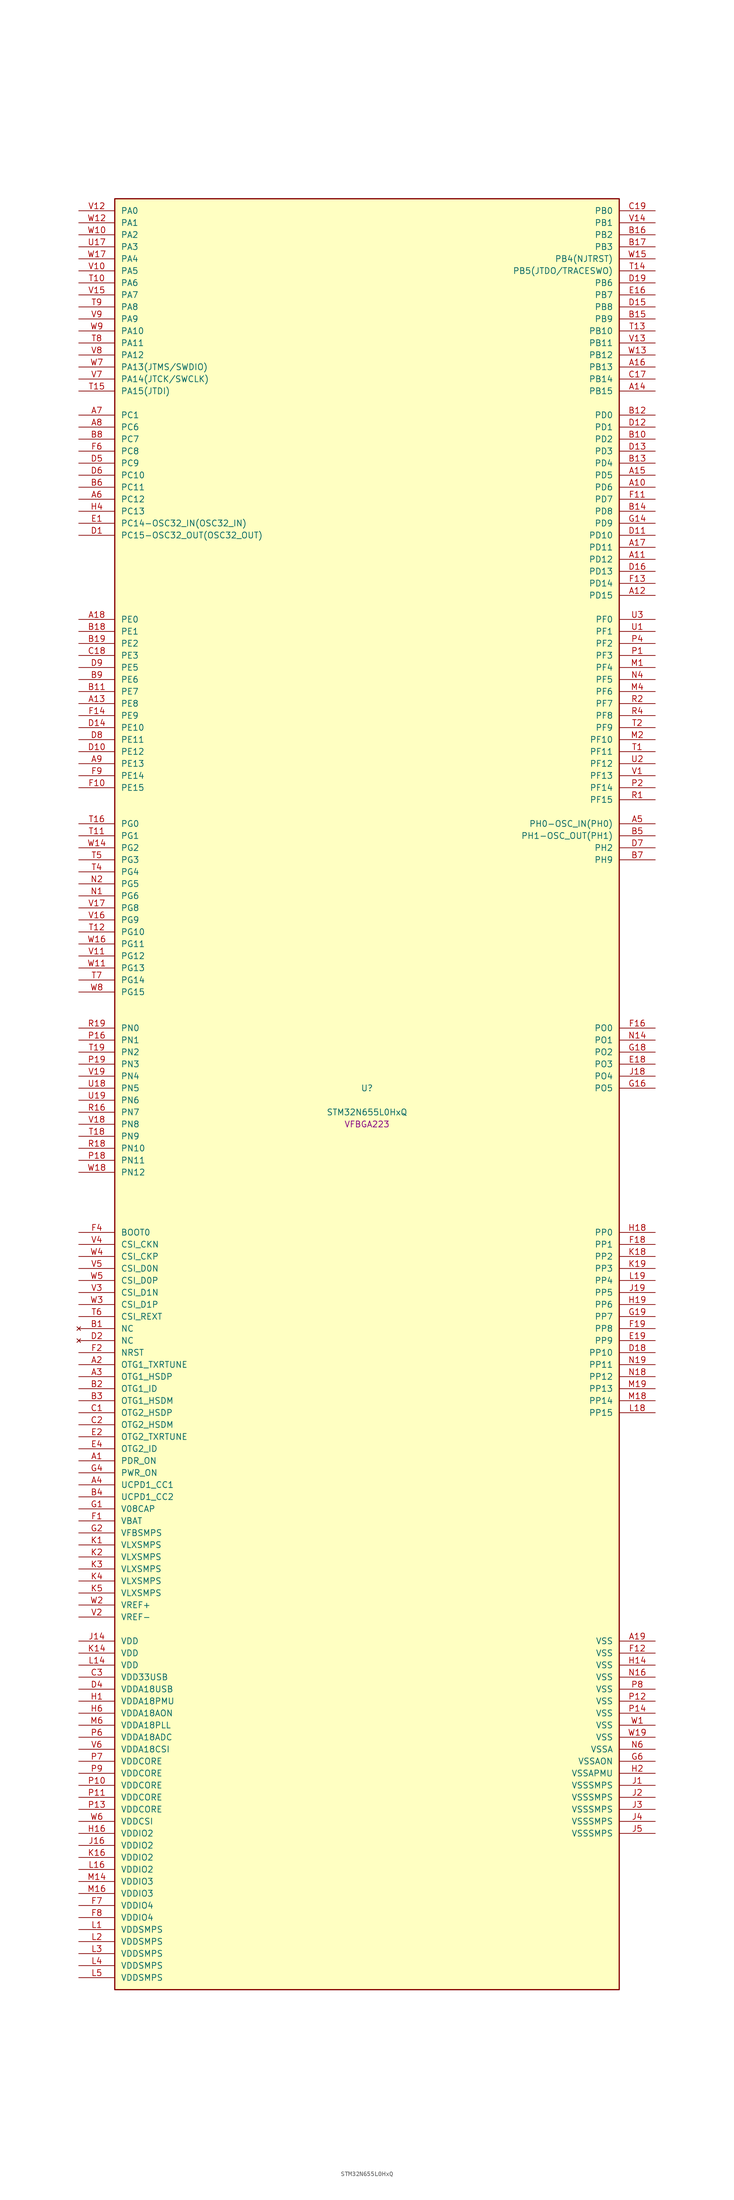
<source format=kicad_sym>
(kicad_symbol_lib
  (version 20241209)
  (generator "stm32_pkl_generator")
  (generator_version "1.0")
  (symbol "STM32N655L0HxQ"
    (pin_names
      (offset 1.27))
    (property "Reference" "U"
      (at 0 2.54 0))
    (property "Value" "STM32N655L0HxQ"
      (at 0 -2.54 0))
    (property "Footprint" "VFBGA223"
      (at 0 -5.08 0))
    (symbol "STM32N655L0HxQ_1_1"
      (rectangle (start -53.34 190.5) (end 53.34 -187.96) (stroke (width 0.254) (type solid)) (fill (type background)))
      (pin bidirectional line (at -60.96 187.96 0) (length 7.62) (name "PA0") (number "V12") (alternate "PA0/ADC1_INN1" bidirectional line) (alternate "PA0/ADC1_INP0" bidirectional line) (alternate "PA0/ADC2_INN1" bidirectional line) (alternate "PA0/ADC2_INP0" bidirectional line) (alternate "PA0/FMC_D7" bidirectional line) (alternate "PA0/FMC_DA7" bidirectional line) (alternate "PA0/HDP_HDP0" bidirectional line) (alternate "PA0/I2S6_WS" bidirectional line) (alternate "PA0/LTDC_G3" bidirectional line) (alternate "PA0/PWR_WKUP1" bidirectional line) (alternate "PA0/SAI2_SD_B" bidirectional line) (alternate "PA0/SDMMC2_CMD" bidirectional line) (alternate "PA0/SPI6_NSS" bidirectional line) (alternate "PA0/TIM15_BKIN" bidirectional line) (alternate "PA0/TIM2_CH1" bidirectional line) (alternate "PA0/TIM5_CH1" bidirectional line) (alternate "PA0/TIM9_CH1" bidirectional line) (alternate "PA0/UART4_TX" bidirectional line) (alternate "PA0/USART2_CTS" bidirectional line) (alternate "PA0/USART2_NSS" bidirectional line))
      (pin bidirectional line (at -60.96 185.42 0) (length 7.62) (name "PA1") (number "W12") (alternate "PA1/ADC1_INP1" bidirectional line) (alternate "PA1/ADC2_INP1" bidirectional line) (alternate "PA1/DCMIPP_D0" bidirectional line) (alternate "PA1/DCMI_D0" bidirectional line) (alternate "PA1/FMC_D6" bidirectional line) (alternate "PA1/FMC_DA6" bidirectional line) (alternate "PA1/HDP_HDP1" bidirectional line) (alternate "PA1/LPTIM3_IN1" bidirectional line) (alternate "PA1/LTDC_G2" bidirectional line) (alternate "PA1/PSSI_D0" bidirectional line) (alternate "PA1/SAI2_MCLK_B" bidirectional line) (alternate "PA1/TIM15_CH1N" bidirectional line) (alternate "PA1/TIM2_CH2" bidirectional line) (alternate "PA1/TIM5_CH2" bidirectional line) (alternate "PA1/UART4_RX" bidirectional line) (alternate "PA1/USART2_RTS" bidirectional line))
      (pin bidirectional line (at -60.96 182.88 0) (length 7.62) (name "PA2") (number "W10") (alternate "PA2/ADC1_INP14" bidirectional line) (alternate "PA2/ADC2_INP14" bidirectional line) (alternate "PA2/FMC_D5" bidirectional line) (alternate "PA2/FMC_DA5" bidirectional line) (alternate "PA2/HDP_HDP2" bidirectional line) (alternate "PA2/LPTIM3_IN2" bidirectional line) (alternate "PA2/LTDC_B7" bidirectional line) (alternate "PA2/MDIOS_MDIO" bidirectional line) (alternate "PA2/PWR_WKUP2" bidirectional line) (alternate "PA2/SAI2_SCK_B" bidirectional line) (alternate "PA2/TIM15_CH1" bidirectional line) (alternate "PA2/TIM2_CH3" bidirectional line) (alternate "PA2/TIM5_CH3" bidirectional line) (alternate "PA2/USART2_TX" bidirectional line))
      (pin bidirectional line (at -60.96 180.34 0) (length 7.62) (name "PA3") (number "U17") (alternate "PA3/FMC_A17" bidirectional line) (alternate "PA3/FMC_ALE" bidirectional line) (alternate "PA3/SAI1_SD_B" bidirectional line) (alternate "PA3/SPI5_NSS" bidirectional line) (alternate "PA3/TIM16_CH1" bidirectional line) (alternate "PA3/UART7_RX" bidirectional line))
      (pin bidirectional line (at -60.96 177.8 0) (length 7.62) (name "PA4") (number "W17") (alternate "PA4/DCMIPP_D3" bidirectional line) (alternate "PA4/DCMI_D3" bidirectional line) (alternate "PA4/FMC_A13" bidirectional line) (alternate "PA4/PSSI_D3" bidirectional line) (alternate "PA4/SPI5_MOSI" bidirectional line) (alternate "PA4/USART6_RX" bidirectional line))
      (pin bidirectional line (at -60.96 175.26 0) (length 7.62) (name "PA5") (number "V10") (alternate "PA5/ADC2_INP18" bidirectional line) (alternate "PA5/DCMIPP_D8" bidirectional line) (alternate "PA5/DCMI_D8" bidirectional line) (alternate "PA5/FMC_NOE" bidirectional line) (alternate "PA5/HDP_HDP5" bidirectional line) (alternate "PA5/I2S1_CK" bidirectional line) (alternate "PA5/I2S6_CK" bidirectional line) (alternate "PA5/I3C1_SCL" bidirectional line) (alternate "PA5/LTDC_CLK" bidirectional line) (alternate "PA5/PSSI_D8" bidirectional line) (alternate "PA5/PWR_CSTOP" bidirectional line) (alternate "PA5/SPI1_SCK" bidirectional line) (alternate "PA5/SPI6_SCK" bidirectional line) (alternate "PA5/TIM10_CH1" bidirectional line) (alternate "PA5/TIM2_CH1" bidirectional line) (alternate "PA5/TIM2_ETR" bidirectional line) (alternate "PA5/TIM9_CH2" bidirectional line))
      (pin bidirectional line (at -60.96 172.72 0) (length 7.62) (name "PA6") (number "T10") (alternate "PA6/ADC1_INP3" bidirectional line) (alternate "PA6/ADC2_INP3" bidirectional line) (alternate "PA6/BOOT1" bidirectional line) (alternate "PA6/DCMIPP_PIXCLK" bidirectional line) (alternate "PA6/DCMI_PIXCLK" bidirectional line) (alternate "PA6/HDP_HDP6" bidirectional line) (alternate "PA6/I2S1_SDI" bidirectional line) (alternate "PA6/I2S6_SDI" bidirectional line) (alternate "PA6/I3C1_SDA" bidirectional line) (alternate "PA6/LPTIM3_ETR" bidirectional line) (alternate "PA6/LTDC_B7" bidirectional line) (alternate "PA6/LTDC_HSYNC" bidirectional line) (alternate "PA6/MDIOS_MDC" bidirectional line) (alternate "PA6/PSSI_PDCK" bidirectional line) (alternate "PA6/SPI1_MISO" bidirectional line) (alternate "PA6/SPI6_MISO" bidirectional line) (alternate "PA6/TIM13_CH1" bidirectional line) (alternate "PA6/TIM1_BKIN" bidirectional line) (alternate "PA6/TIM3_CH1" bidirectional line))
      (pin bidirectional line (at -60.96 170.18 0) (length 7.62) (name "PA7") (number "V15") (alternate "PA7/HDP_HDP7" bidirectional line) (alternate "PA7/I2S1_SDO" bidirectional line) (alternate "PA7/I2S6_SDO" bidirectional line) (alternate "PA7/LTDC_B1" bidirectional line) (alternate "PA7/LTDC_R4" bidirectional line) (alternate "PA7/SPI1_MOSI" bidirectional line) (alternate "PA7/SPI6_MOSI" bidirectional line) (alternate "PA7/TIM14_CH1" bidirectional line) (alternate "PA7/TIM1_CH1N" bidirectional line) (alternate "PA7/TIM3_CH2" bidirectional line) (alternate "PA7/USART1_RX" bidirectional line))
      (pin bidirectional line (at -60.96 167.64 0) (length 7.62) (name "PA8") (number "T9") (alternate "PA8/ADC1_INP5" bidirectional line) (alternate "PA8/ADC2_INP5" bidirectional line) (alternate "PA8/FMC_D4" bidirectional line) (alternate "PA8/FMC_DA4" bidirectional line) (alternate "PA8/HDP_HDP0" bidirectional line) (alternate "PA8/I2C3_SCL" bidirectional line) (alternate "PA8/I3C2_SCL" bidirectional line) (alternate "PA8/LTDC_B6" bidirectional line) (alternate "PA8/RCC_MCO_1" bidirectional line) (alternate "PA8/TIM11_CH1" bidirectional line) (alternate "PA8/TIM1_CH1" bidirectional line) (alternate "PA8/UART7_RX" bidirectional line) (alternate "PA8/USART1_CK" bidirectional line))
      (pin bidirectional line (at -60.96 165.1 0) (length 7.62) (name "PA9") (number "V9") (alternate "PA9/ADC1_INP10" bidirectional line) (alternate "PA9/ADC2_INP10" bidirectional line) (alternate "PA9/DCMIPP_D0" bidirectional line) (alternate "PA9/DCMI_D0" bidirectional line) (alternate "PA9/FMC_D3" bidirectional line) (alternate "PA9/FMC_DA3" bidirectional line) (alternate "PA9/HDP_HDP1" bidirectional line) (alternate "PA9/I2C3_SDA" bidirectional line) (alternate "PA9/I2S2_CK" bidirectional line) (alternate "PA9/I3C2_SDA" bidirectional line) (alternate "PA9/LPUART1_TX" bidirectional line) (alternate "PA9/LTDC_B5" bidirectional line) (alternate "PA9/PSSI_D0" bidirectional line) (alternate "PA9/SPI2_SCK" bidirectional line) (alternate "PA9/TIM1_CH2" bidirectional line) (alternate "PA9/USART1_TX" bidirectional line))
      (pin bidirectional line (at -60.96 162.56 0) (length 7.62) (name "PA10") (number "W9") (alternate "PA10/ADC1_INN10" bidirectional line) (alternate "PA10/ADC1_INP11" bidirectional line) (alternate "PA10/ADC2_INN10" bidirectional line) (alternate "PA10/ADC2_INP11" bidirectional line) (alternate "PA10/DCMIPP_D1" bidirectional line) (alternate "PA10/DCMI_D1" bidirectional line) (alternate "PA10/FMC_D2" bidirectional line) (alternate "PA10/FMC_DA2" bidirectional line) (alternate "PA10/HDP_HDP2" bidirectional line) (alternate "PA10/LPUART1_RX" bidirectional line) (alternate "PA10/LTDC_B4" bidirectional line) (alternate "PA10/MDIOS_MDIO" bidirectional line) (alternate "PA10/PSSI_D1" bidirectional line) (alternate "PA10/PWR_CSLEEP" bidirectional line) (alternate "PA10/TIM1_CH3" bidirectional line) (alternate "PA10/USART1_RX" bidirectional line))
      (pin bidirectional line (at -60.96 160.02 0) (length 7.62) (name "PA11") (number "T8") (alternate "PA11/ADC1_EXTI11" bidirectional line) (alternate "PA11/ADC1_INN11" bidirectional line) (alternate "PA11/ADC1_INP12" bidirectional line) (alternate "PA11/ADC2_EXTI11" bidirectional line) (alternate "PA11/ADC2_INN11" bidirectional line) (alternate "PA11/ADC2_INP12" bidirectional line) (alternate "PA11/FDCAN1_RX" bidirectional line) (alternate "PA11/FMC_D1" bidirectional line) (alternate "PA11/FMC_DA1" bidirectional line) (alternate "PA11/HDP_HDP3" bidirectional line) (alternate "PA11/I2S2_WS" bidirectional line) (alternate "PA11/LPUART1_CTS" bidirectional line) (alternate "PA11/LTDC_B3" bidirectional line) (alternate "PA11/SPI2_NSS" bidirectional line) (alternate "PA11/TIM1_CH4" bidirectional line) (alternate "PA11/UART4_RX" bidirectional line) (alternate "PA11/USART1_CTS" bidirectional line) (alternate "PA11/USART1_NSS" bidirectional line))
      (pin bidirectional line (at -60.96 157.48 0) (length 7.62) (name "PA12") (number "V8") (alternate "PA12/ADC1_INN12" bidirectional line) (alternate "PA12/ADC1_INP13" bidirectional line) (alternate "PA12/ADC2_INN12" bidirectional line) (alternate "PA12/ADC2_INP13" bidirectional line) (alternate "PA12/FDCAN1_TX" bidirectional line) (alternate "PA12/FMC_D0" bidirectional line) (alternate "PA12/FMC_DA0" bidirectional line) (alternate "PA12/HDP_HDP4" bidirectional line) (alternate "PA12/I2S2_CK" bidirectional line) (alternate "PA12/LPUART1_RTS" bidirectional line) (alternate "PA12/LTDC_B2" bidirectional line) (alternate "PA12/SAI2_FS_B" bidirectional line) (alternate "PA12/SPI2_SCK" bidirectional line) (alternate "PA12/TIM1_ETR" bidirectional line) (alternate "PA12/UART4_TX" bidirectional line) (alternate "PA12/USART1_RTS" bidirectional line))
      (pin bidirectional line (at -60.96 154.94 0) (length 7.62) (name "PA13(JTMS/SWDIO)") (number "W7") (alternate "PA13(JTMS/SWDIO)/DEBUG_JTMS-SWDIO" bidirectional line) (alternate "PA13(JTMS/SWDIO)/HDP_HDP5" bidirectional line))
      (pin bidirectional line (at -60.96 152.4 0) (length 7.62) (name "PA14(JTCK/SWCLK)") (number "V7") (alternate "PA14(JTCK/SWCLK)/DEBUG_JTCK-SWCLK" bidirectional line) (alternate "PA14(JTCK/SWCLK)/HDP_HDP6" bidirectional line))
      (pin bidirectional line (at -60.96 149.86 0) (length 7.62) (name "PA15(JTDI)") (number "T15") (alternate "PA15(JTDI)/ADC1_EXTI15" bidirectional line) (alternate "PA15(JTDI)/ADC2_EXTI15" bidirectional line) (alternate "PA15(JTDI)/DEBUG_JTDI" bidirectional line) (alternate "PA15(JTDI)/FMC_D15" bidirectional line) (alternate "PA15(JTDI)/FMC_DA15" bidirectional line) (alternate "PA15(JTDI)/HDP_HDP7" bidirectional line) (alternate "PA15(JTDI)/I2S1_WS" bidirectional line) (alternate "PA15(JTDI)/I2S3_WS" bidirectional line) (alternate "PA15(JTDI)/I2S6_WS" bidirectional line) (alternate "PA15(JTDI)/LTDC_R5" bidirectional line) (alternate "PA15(JTDI)/SPI1_NSS" bidirectional line) (alternate "PA15(JTDI)/SPI3_NSS" bidirectional line) (alternate "PA15(JTDI)/SPI6_NSS" bidirectional line) (alternate "PA15(JTDI)/TIM2_CH1" bidirectional line) (alternate "PA15(JTDI)/TIM2_ETR" bidirectional line) (alternate "PA15(JTDI)/UART4_DE" bidirectional line) (alternate "PA15(JTDI)/UART4_RTS" bidirectional line) (alternate "PA15(JTDI)/UART7_TX" bidirectional line))
      (pin bidirectional line (at 60.96 187.96 180) (length 7.62) (name "PB0") (number "C19") (alternate "PB0/ADF1_SDI0" bidirectional line) (alternate "PB0/DCMIPP_D4" bidirectional line) (alternate "PB0/DCMI_D4" bidirectional line) (alternate "PB0/DEBUG_TRACED1" bidirectional line) (alternate "PB0/FMC_D13" bidirectional line) (alternate "PB0/FMC_DA13" bidirectional line) (alternate "PB0/MDF1_SDI2" bidirectional line) (alternate "PB0/PSSI_D4" bidirectional line) (alternate "PB0/SAI1_D2" bidirectional line) (alternate "PB0/SAI1_FS_A" bidirectional line) (alternate "PB0/SPI4_NSS" bidirectional line) (alternate "PB0/TIM15_CH1N" bidirectional line) (alternate "PB0/TIM1_CH4" bidirectional line))
      (pin bidirectional line (at 60.96 185.42 180) (length 7.62) (name "PB1") (number "V14") (alternate "PB1/FDCAN2_TX" bidirectional line) (alternate "PB1/FMC_NOE" bidirectional line) (alternate "PB1/HDP_HDP1" bidirectional line) (alternate "PB1/LTDC_R1" bidirectional line) (alternate "PB1/TIM1_CH3N" bidirectional line) (alternate "PB1/TIM3_CH4" bidirectional line) (alternate "PB1/TIM9_CH2" bidirectional line) (alternate "PB1/USART2_TX" bidirectional line))
      (pin bidirectional line (at 60.96 182.88 180) (length 7.62) (name "PB2") (number "B16") (alternate "PB2/ADF1_SDI0" bidirectional line) (alternate "PB2/FMC_D2" bidirectional line) (alternate "PB2/FMC_DA2" bidirectional line) (alternate "PB2/HDP_HDP2" bidirectional line) (alternate "PB2/I2S3_SDO" bidirectional line) (alternate "PB2/LTDC_B2" bidirectional line) (alternate "PB2/MDF1_SDI1" bidirectional line) (alternate "PB2/RTC_OUT2" bidirectional line) (alternate "PB2/SAI1_D1" bidirectional line) (alternate "PB2/SAI1_SD_A" bidirectional line) (alternate "PB2/SPI3_MOSI" bidirectional line) (alternate "PB2/TIM1_CH1" bidirectional line))
      (pin bidirectional line (at 60.96 180.34 180) (length 7.62) (name "PB3") (number "B17") (alternate "PB3/DEBUG_JTDO-SWO" bidirectional line) (alternate "PB3/DEBUG_TRACECLK" bidirectional line) (alternate "PB3/FMC_A23" bidirectional line) (alternate "PB3/FMC_NBL1" bidirectional line) (alternate "PB3/GFXTIM_FCKCAL" bidirectional line) (alternate "PB3/GFXTIM_LCKCAL" bidirectional line) (alternate "PB3/HDP_HDP0" bidirectional line) (alternate "PB3/MDF1_CKI1" bidirectional line) (alternate "PB3/SAI2_FS_B" bidirectional line) (alternate "PB3/TIM1_CH4N" bidirectional line) (alternate "PB3/USART1_CK" bidirectional line))
      (pin bidirectional line (at 60.96 177.8 180) (length 7.62) (name "PB4(NJTRST)") (number "W15") (alternate "PB4(NJTRST)/DCMIPP_VSYNC" bidirectional line) (alternate "PB4(NJTRST)/DCMI_VSYNC" bidirectional line) (alternate "PB4(NJTRST)/DEBUG_NJTRST" bidirectional line) (alternate "PB4(NJTRST)/FMC_D13" bidirectional line) (alternate "PB4(NJTRST)/FMC_DA13" bidirectional line) (alternate "PB4(NJTRST)/HDP_HDP4" bidirectional line) (alternate "PB4(NJTRST)/I2S1_SDI" bidirectional line) (alternate "PB4(NJTRST)/I2S2_WS" bidirectional line) (alternate "PB4(NJTRST)/I2S3_SDI" bidirectional line) (alternate "PB4(NJTRST)/I2S6_SDI" bidirectional line) (alternate "PB4(NJTRST)/LTDC_R3" bidirectional line) (alternate "PB4(NJTRST)/PSSI_RDY" bidirectional line) (alternate "PB4(NJTRST)/SDMMC2_D3" bidirectional line) (alternate "PB4(NJTRST)/SPI1_MISO" bidirectional line) (alternate "PB4(NJTRST)/SPI2_NSS" bidirectional line) (alternate "PB4(NJTRST)/SPI3_MISO" bidirectional line) (alternate "PB4(NJTRST)/SPI6_MISO" bidirectional line) (alternate "PB4(NJTRST)/TIM16_BKIN" bidirectional line) (alternate "PB4(NJTRST)/TIM3_CH1" bidirectional line) (alternate "PB4(NJTRST)/UART7_TX" bidirectional line))
      (pin bidirectional line (at 60.96 175.26 180) (length 7.62) (name "PB5(JTDO/TRACESWO)") (number "T14") (alternate "PB5(JTDO/TRACESWO)/DCMIPP_D10" bidirectional line) (alternate "PB5(JTDO/TRACESWO)/DCMI_D10" bidirectional line) (alternate "PB5(JTDO/TRACESWO)/DEBUG_JTDO-SWO" bidirectional line) (alternate "PB5(JTDO/TRACESWO)/FDCAN2_RX" bidirectional line) (alternate "PB5(JTDO/TRACESWO)/FMC_D12" bidirectional line) (alternate "PB5(JTDO/TRACESWO)/FMC_DA12" bidirectional line) (alternate "PB5(JTDO/TRACESWO)/HDP_HDP5" bidirectional line) (alternate "PB5(JTDO/TRACESWO)/I2C1_SMBA" bidirectional line) (alternate "PB5(JTDO/TRACESWO)/I2S1_SDO" bidirectional line) (alternate "PB5(JTDO/TRACESWO)/I2S3_SDO" bidirectional line) (alternate "PB5(JTDO/TRACESWO)/I2S6_SDO" bidirectional line) (alternate "PB5(JTDO/TRACESWO)/LTDC_R2" bidirectional line) (alternate "PB5(JTDO/TRACESWO)/PSSI_D10" bidirectional line) (alternate "PB5(JTDO/TRACESWO)/SPI1_MOSI" bidirectional line) (alternate "PB5(JTDO/TRACESWO)/SPI3_MOSI" bidirectional line) (alternate "PB5(JTDO/TRACESWO)/SPI6_MOSI" bidirectional line) (alternate "PB5(JTDO/TRACESWO)/TIM17_BKIN" bidirectional line) (alternate "PB5(JTDO/TRACESWO)/TIM3_CH2" bidirectional line) (alternate "PB5(JTDO/TRACESWO)/UART5_RX" bidirectional line))
      (pin bidirectional line (at 60.96 172.72 180) (length 7.62) (name "PB6") (number "D19") (alternate "PB6/ADF1_CCK1" bidirectional line) (alternate "PB6/DCMIPP_D6" bidirectional line) (alternate "PB6/DCMI_D6" bidirectional line) (alternate "PB6/DEBUG_TRACED2" bidirectional line) (alternate "PB6/FMC_D14" bidirectional line) (alternate "PB6/FMC_DA14" bidirectional line) (alternate "PB6/MDF1_CCK1" bidirectional line) (alternate "PB6/PSSI_D6" bidirectional line) (alternate "PB6/SAI1_CK2" bidirectional line) (alternate "PB6/SAI1_SCK_A" bidirectional line) (alternate "PB6/SPI4_MISO" bidirectional line) (alternate "PB6/TIM15_CH1" bidirectional line))
      (pin bidirectional line (at 60.96 170.18 180) (length 7.62) (name "PB7") (number "E16") (alternate "PB7/ADF1_SDI0" bidirectional line) (alternate "PB7/DCMIPP_D7" bidirectional line) (alternate "PB7/DCMI_D7" bidirectional line) (alternate "PB7/DEBUG_TRACED3" bidirectional line) (alternate "PB7/FMC_D15" bidirectional line) (alternate "PB7/FMC_DA15" bidirectional line) (alternate "PB7/MDF1_SDI1" bidirectional line) (alternate "PB7/PSSI_D7" bidirectional line) (alternate "PB7/SAI1_D1" bidirectional line) (alternate "PB7/SAI1_SD_A" bidirectional line) (alternate "PB7/SAI2_MCLK_B" bidirectional line) (alternate "PB7/SPI4_MOSI" bidirectional line) (alternate "PB7/TIM15_CH2" bidirectional line) (alternate "PB7/TIM1_BKIN2" bidirectional line))
      (pin bidirectional line (at 60.96 167.64 180) (length 7.62) (name "PB8") (number "D15") (alternate "PB8/DCMIPP_VSYNC" bidirectional line) (alternate "PB8/DCMI_VSYNC" bidirectional line) (alternate "PB8/FMC_D1" bidirectional line) (alternate "PB8/FMC_DA1" bidirectional line) (alternate "PB8/I2S1_SDI" bidirectional line) (alternate "PB8/PSSI_RDY" bidirectional line) (alternate "PB8/SAI2_FS_B" bidirectional line) (alternate "PB8/SDMMC2_D0" bidirectional line) (alternate "PB8/SPDIFRX1_IN3" bidirectional line) (alternate "PB8/SPI1_MISO" bidirectional line) (alternate "PB8/USART6_RX" bidirectional line))
      (pin bidirectional line (at 60.96 165.1 180) (length 7.62) (name "PB9") (number "B15") (alternate "PB9/DCMIPP_D3" bidirectional line) (alternate "PB9/DCMI_D3" bidirectional line) (alternate "PB9/FMC_D3" bidirectional line) (alternate "PB9/FMC_DA3" bidirectional line) (alternate "PB9/I2S1_CK" bidirectional line) (alternate "PB9/LPTIM1_IN2" bidirectional line) (alternate "PB9/PSSI_D3" bidirectional line) (alternate "PB9/SDMMC2_D2" bidirectional line) (alternate "PB9/SPDIFRX1_IN0" bidirectional line) (alternate "PB9/SPI1_SCK" bidirectional line) (alternate "PB9/USART10_TX" bidirectional line))
      (pin bidirectional line (at 60.96 162.56 180) (length 7.62) (name "PB10") (number "T13") (alternate "PB10/ADC1_INN4" bidirectional line) (alternate "PB10/ADC1_INP8" bidirectional line) (alternate "PB10/ADC2_INN4" bidirectional line) (alternate "PB10/ADC2_INP8" bidirectional line) (alternate "PB10/FMC_D11" bidirectional line) (alternate "PB10/FMC_DA11" bidirectional line) (alternate "PB10/HDP_HDP2" bidirectional line) (alternate "PB10/I2C2_SCL" bidirectional line) (alternate "PB10/I2S2_CK" bidirectional line) (alternate "PB10/I3C2_SCL" bidirectional line) (alternate "PB10/LPTIM2_IN1" bidirectional line) (alternate "PB10/LTDC_G7" bidirectional line) (alternate "PB10/SPI2_SCK" bidirectional line) (alternate "PB10/TIM2_CH3" bidirectional line) (alternate "PB10/USART3_TX" bidirectional line))
      (pin bidirectional line (at 60.96 160.02 180) (length 7.62) (name "PB11") (number "V13") (alternate "PB11/ADC1_EXTI11" bidirectional line) (alternate "PB11/ADC1_INP4" bidirectional line) (alternate "PB11/ADC2_EXTI11" bidirectional line) (alternate "PB11/ADC2_INP4" bidirectional line) (alternate "PB11/FMC_D10" bidirectional line) (alternate "PB11/FMC_DA10" bidirectional line) (alternate "PB11/HDP_HDP3" bidirectional line) (alternate "PB11/I2C2_SDA" bidirectional line) (alternate "PB11/I3C2_SDA" bidirectional line) (alternate "PB11/LPTIM2_ETR" bidirectional line) (alternate "PB11/LTDC_G6" bidirectional line) (alternate "PB11/TIM2_CH4" bidirectional line) (alternate "PB11/USART3_RX" bidirectional line))
      (pin bidirectional line (at 60.96 157.48 180) (length 7.62) (name "PB12") (number "W13") (alternate "PB12/FDCAN2_RX" bidirectional line) (alternate "PB12/FMC_D9" bidirectional line) (alternate "PB12/FMC_DA9" bidirectional line) (alternate "PB12/HDP_HDP4" bidirectional line) (alternate "PB12/I2C2_SMBA" bidirectional line) (alternate "PB12/I2S2_WS" bidirectional line) (alternate "PB12/LPTIM2_IN2" bidirectional line) (alternate "PB12/LTDC_G5" bidirectional line) (alternate "PB12/SPI2_NSS" bidirectional line) (alternate "PB12/TIM1_BKIN" bidirectional line) (alternate "PB12/UART5_RX" bidirectional line) (alternate "PB12/USART3_CK" bidirectional line))
      (pin bidirectional line (at 60.96 154.94 180) (length 7.62) (name "PB13") (number "A16") (alternate "PB13/DEBUG_TRACED0" bidirectional line) (alternate "PB13/FMC_D5" bidirectional line) (alternate "PB13/FMC_DA5" bidirectional line) (alternate "PB13/I2S6_CK" bidirectional line) (alternate "PB13/LPTIM1_CH1" bidirectional line) (alternate "PB13/LTDC_CLK" bidirectional line) (alternate "PB13/SDMMC2_D6" bidirectional line) (alternate "PB13/SPI6_SCK" bidirectional line) (alternate "PB13/USART10_CTS" bidirectional line) (alternate "PB13/USART10_NSS" bidirectional line) (alternate "PB13/USART6_CTS" bidirectional line) (alternate "PB13/USART6_NSS" bidirectional line))
      (pin bidirectional line (at 60.96 152.4 180) (length 7.62) (name "PB14") (number "C17") (alternate "PB14/DCMIPP_D10" bidirectional line) (alternate "PB14/DCMI_D10" bidirectional line) (alternate "PB14/FMC_D7" bidirectional line) (alternate "PB14/FMC_DA7" bidirectional line) (alternate "PB14/LPTIM1_CH2" bidirectional line) (alternate "PB14/LTDC_HSYNC" bidirectional line) (alternate "PB14/PSSI_D10" bidirectional line) (alternate "PB14/USART10_CK" bidirectional line) (alternate "PB14/USART6_CTS" bidirectional line) (alternate "PB14/USART6_NSS" bidirectional line))
      (pin bidirectional line (at 60.96 149.86 180) (length 7.62) (name "PB15") (number "A14") (alternate "PB15/ADC1_EXTI15" bidirectional line) (alternate "PB15/ADC2_EXTI15" bidirectional line) (alternate "PB15/FMC_D0" bidirectional line) (alternate "PB15/FMC_DA0" bidirectional line) (alternate "PB15/I2S6_WS" bidirectional line) (alternate "PB15/LTDC_G4" bidirectional line) (alternate "PB15/SPDIFRX1_IN2" bidirectional line) (alternate "PB15/SPI6_NSS" bidirectional line) (alternate "PB15/USART6_RTS" bidirectional line))
      (pin bidirectional line (at -60.96 144.78 0) (length 7.62) (name "PC1") (number "A7") (alternate "PC1/DCMIPP_D7" bidirectional line) (alternate "PC1/DCMI_D7" bidirectional line) (alternate "PC1/FDCAN1_TX" bidirectional line) (alternate "PC1/HDP_HDP1" bidirectional line) (alternate "PC1/I2C1_SDA" bidirectional line) (alternate "PC1/I2S2_WS" bidirectional line) (alternate "PC1/I3C1_SDA" bidirectional line) (alternate "PC1/PSSI_D7" bidirectional line) (alternate "PC1/SDMMC1_CDIR" bidirectional line) (alternate "PC1/SDMMC1_D5" bidirectional line) (alternate "PC1/SDMMC2_D5" bidirectional line) (alternate "PC1/SPI2_NSS" bidirectional line) (alternate "PC1/TIM17_CH1" bidirectional line) (alternate "PC1/TIM4_CH4" bidirectional line) (alternate "PC1/UART4_TX" bidirectional line))
      (pin bidirectional line (at -60.96 142.24 0) (length 7.62) (name "PC6") (number "A8") (alternate "PC6/DCMIPP_D1" bidirectional line) (alternate "PC6/DCMI_D1" bidirectional line) (alternate "PC6/HDP_HDP6" bidirectional line) (alternate "PC6/I2S2_MCK" bidirectional line) (alternate "PC6/PSSI_D1" bidirectional line) (alternate "PC6/SDMMC1_D0DIR" bidirectional line) (alternate "PC6/SDMMC1_D6" bidirectional line) (alternate "PC6/SDMMC2_D6" bidirectional line) (alternate "PC6/TIM1_CH1" bidirectional line) (alternate "PC6/TIM3_CH1" bidirectional line) (alternate "PC6/TIM9_CH1" bidirectional line) (alternate "PC6/USART6_TX" bidirectional line))
      (pin bidirectional line (at -60.96 139.7 0) (length 7.62) (name "PC7") (number "B8") (alternate "PC7/DCMIPP_D1" bidirectional line) (alternate "PC7/DCMI_D1" bidirectional line) (alternate "PC7/DEBUG_TRGIO" bidirectional line) (alternate "PC7/HDP_HDP7" bidirectional line) (alternate "PC7/I2S3_MCK" bidirectional line) (alternate "PC7/PSSI_D1" bidirectional line) (alternate "PC7/SDMMC1_D123DIR" bidirectional line) (alternate "PC7/SDMMC1_D7" bidirectional line) (alternate "PC7/SDMMC2_D7" bidirectional line) (alternate "PC7/TIM16_CH1N" bidirectional line) (alternate "PC7/TIM3_CH2" bidirectional line) (alternate "PC7/TIM9_CH2" bidirectional line) (alternate "PC7/USART6_RX" bidirectional line))
      (pin bidirectional line (at -60.96 137.16 0) (length 7.62) (name "PC8") (number "F6") (alternate "PC8/DCMIPP_D2" bidirectional line) (alternate "PC8/DCMI_D2" bidirectional line) (alternate "PC8/DEBUG_TRACED1" bidirectional line) (alternate "PC8/FMC_NE4" bidirectional line) (alternate "PC8/HDP_HDP0" bidirectional line) (alternate "PC8/I2C3_SMBA" bidirectional line) (alternate "PC8/LTDC_B0" bidirectional line) (alternate "PC8/PSSI_D2" bidirectional line) (alternate "PC8/SDMMC1_D0" bidirectional line) (alternate "PC8/TIM3_CH3" bidirectional line) (alternate "PC8/UART5_DE" bidirectional line) (alternate "PC8/UART5_RTS" bidirectional line) (alternate "PC8/UCPD1_FRSTX1" bidirectional line) (alternate "PC8/USART6_CK" bidirectional line))
      (pin bidirectional line (at -60.96 134.62 0) (length 7.62) (name "PC9") (number "D5") (alternate "PC9/AUDIOCLK" bidirectional line) (alternate "PC9/DCMIPP_D3" bidirectional line) (alternate "PC9/DCMI_D3" bidirectional line) (alternate "PC9/HDP_HDP1" bidirectional line) (alternate "PC9/I2C3_SDA" bidirectional line) (alternate "PC9/LTDC_B3" bidirectional line) (alternate "PC9/PSSI_D3" bidirectional line) (alternate "PC9/RCC_MCO_2" bidirectional line) (alternate "PC9/SDMMC1_D1" bidirectional line) (alternate "PC9/TIM3_CH4" bidirectional line) (alternate "PC9/UART5_CTS" bidirectional line) (alternate "PC9/UCPD1_FRSTX2" bidirectional line) (alternate "PC9/USART6_RX" bidirectional line))
      (pin bidirectional line (at -60.96 132.08 0) (length 7.62) (name "PC10") (number "D6") (alternate "PC10/DCMIPP_D14" bidirectional line) (alternate "PC10/FMC_CLK" bidirectional line) (alternate "PC10/HDP_HDP2" bidirectional line) (alternate "PC10/I2C4_SCL" bidirectional line) (alternate "PC10/I2S3_CK" bidirectional line) (alternate "PC10/I3C2_SCL" bidirectional line) (alternate "PC10/PSSI_D14" bidirectional line) (alternate "PC10/SDMMC1_D2" bidirectional line) (alternate "PC10/SPI3_SCK" bidirectional line) (alternate "PC10/TIM1_BKIN" bidirectional line) (alternate "PC10/UART4_TX" bidirectional line) (alternate "PC10/USART3_TX" bidirectional line))
      (pin bidirectional line (at -60.96 129.54 0) (length 7.62) (name "PC11") (number "B6") (alternate "PC11/ADC1_EXTI11" bidirectional line) (alternate "PC11/ADC2_EXTI11" bidirectional line) (alternate "PC11/DCMIPP_D4" bidirectional line) (alternate "PC11/DCMI_D4" bidirectional line) (alternate "PC11/HDP_HDP3" bidirectional line) (alternate "PC11/I2C4_SDA" bidirectional line) (alternate "PC11/I2S3_SDI" bidirectional line) (alternate "PC11/I3C2_SDA" bidirectional line) (alternate "PC11/PSSI_D4" bidirectional line) (alternate "PC11/SDMMC1_D3" bidirectional line) (alternate "PC11/SPI3_MISO" bidirectional line) (alternate "PC11/UART4_RX" bidirectional line) (alternate "PC11/USART3_RX" bidirectional line))
      (pin bidirectional line (at -60.96 127 0) (length 7.62) (name "PC12") (number "A6") (alternate "PC12/DCMIPP_D9" bidirectional line) (alternate "PC12/DCMI_D9" bidirectional line) (alternate "PC12/DEBUG_TRACED3" bidirectional line) (alternate "PC12/FMC_NL" bidirectional line) (alternate "PC12/HDP_HDP4" bidirectional line) (alternate "PC12/I2S3_SDO" bidirectional line) (alternate "PC12/I2S6_CK" bidirectional line) (alternate "PC12/PSSI_D9" bidirectional line) (alternate "PC12/SDMMC1_CK" bidirectional line) (alternate "PC12/SPI3_MOSI" bidirectional line) (alternate "PC12/SPI6_SCK" bidirectional line) (alternate "PC12/TIM15_CH1" bidirectional line) (alternate "PC12/TIM1_CH4" bidirectional line) (alternate "PC12/UART5_TX" bidirectional line) (alternate "PC12/USART3_CK" bidirectional line))
      (pin bidirectional line (at -60.96 124.46 0) (length 7.62) (name "PC13") (number "H4") (alternate "PC13/HDP_HDP5" bidirectional line) (alternate "PC13/PWR_WKUP3" bidirectional line) (alternate "PC13/RTC_OUT1" bidirectional line) (alternate "PC13/RTC_TS" bidirectional line) (alternate "PC13/TAMP_IN1" bidirectional line) (alternate "PC13/TAMP_OUT2" bidirectional line))
      (pin bidirectional line (at -60.96 121.92 0) (length 7.62) (name "PC14-OSC32_IN(OSC32_IN)") (number "E1") (alternate "PC14-OSC32_IN(OSC32_IN)/RCC_OSC32_IN" bidirectional line))
      (pin bidirectional line (at -60.96 119.38 0) (length 7.62) (name "PC15-OSC32_OUT(OSC32_OUT)") (number "D1") (alternate "PC15-OSC32_OUT(OSC32_OUT)/ADC1_EXTI15" bidirectional line) (alternate "PC15-OSC32_OUT(OSC32_OUT)/ADC2_EXTI15" bidirectional line) (alternate "PC15-OSC32_OUT(OSC32_OUT)/RCC_OSC32_OUT" bidirectional line))
      (pin bidirectional line (at 60.96 144.78 180) (length 7.62) (name "PD0") (number "B12") (alternate "PD0/DCMIPP_HSYNC" bidirectional line) (alternate "PD0/DCMI_HSYNC" bidirectional line) (alternate "PD0/FDCAN1_RX" bidirectional line) (alternate "PD0/FMC_A6" bidirectional line) (alternate "PD0/FMC_A22" bidirectional line) (alternate "PD0/PSSI_DE" bidirectional line) (alternate "PD0/TIM1_ETR" bidirectional line) (alternate "PD0/UART4_RX" bidirectional line) (alternate "PD0/UART9_CTS" bidirectional line))
      (pin bidirectional line (at 60.96 142.24 180) (length 7.62) (name "PD1") (number "D12") (alternate "PD1/ETH1_MDC" bidirectional line) (alternate "PD1/FDCAN1_TX" bidirectional line) (alternate "PD1/FMC_A7" bidirectional line) (alternate "PD1/FMC_A23" bidirectional line) (alternate "PD1/UART4_TX" bidirectional line))
      (pin bidirectional line (at 60.96 139.7 180) (length 7.62) (name "PD2") (number "B10") (alternate "PD2/ADF1_SDI0" bidirectional line) (alternate "PD2/DEBUG_TRACED0" bidirectional line) (alternate "PD2/FMC_A0" bidirectional line) (alternate "PD2/FMC_A16" bidirectional line) (alternate "PD2/FMC_CLE" bidirectional line) (alternate "PD2/HDP_HDP1" bidirectional line) (alternate "PD2/I2S2_SDO" bidirectional line) (alternate "PD2/MDF1_SDI1" bidirectional line) (alternate "PD2/MDIOS_MDC" bidirectional line) (alternate "PD2/PWR_WKUP4" bidirectional line) (alternate "PD2/SAI1_D1" bidirectional line) (alternate "PD2/SAI1_SD_A" bidirectional line) (alternate "PD2/SDMMC2_CK" bidirectional line) (alternate "PD2/SPI2_MOSI" bidirectional line) (alternate "PD2/TIM15_CH1N" bidirectional line) (alternate "PD2/TIM1_CH3" bidirectional line))
      (pin bidirectional line (at 60.96 137.16 180) (length 7.62) (name "PD3") (number "D13") (alternate "PD3/DCMIPP_D14" bidirectional line) (alternate "PD3/ETH1_PHY_INTN" bidirectional line) (alternate "PD3/FMC_A10" bidirectional line) (alternate "PD3/I2C2_SMBA" bidirectional line) (alternate "PD3/PSSI_D14" bidirectional line) (alternate "PD3/USART10_RX" bidirectional line) (alternate "PD3/USART6_CTS" bidirectional line))
      (pin bidirectional line (at 60.96 134.62 180) (length 7.62) (name "PD4") (number "B13") (alternate "PD4/DCMIPP_D9" bidirectional line) (alternate "PD4/DCMI_D9" bidirectional line) (alternate "PD4/FMC_A11" bidirectional line) (alternate "PD4/I2C2_SDA" bidirectional line) (alternate "PD4/PSSI_D9" bidirectional line) (alternate "PD4/SPI5_MISO" bidirectional line) (alternate "PD4/TAMP_IN7" bidirectional line) (alternate "PD4/TAMP_OUT8" bidirectional line) (alternate "PD4/TIM1_BKIN2" bidirectional line) (alternate "PD4/USART6_RTS" bidirectional line))
      (pin bidirectional line (at 60.96 132.08 180) (length 7.62) (name "PD5") (number "A15") (alternate "PD5/DCMIPP_PIXCLK" bidirectional line) (alternate "PD5/DCMI_PIXCLK" bidirectional line) (alternate "PD5/FMC_D6" bidirectional line) (alternate "PD5/FMC_DA6" bidirectional line) (alternate "PD5/PSSI_PDCK" bidirectional line) (alternate "PD5/SDMMC2_D7" bidirectional line) (alternate "PD5/TIM1_CH4N" bidirectional line) (alternate "PD5/USART2_TX" bidirectional line))
      (pin bidirectional line (at 60.96 129.54 180) (length 7.62) (name "PD6") (number "A10") (alternate "PD6/FMC_A1" bidirectional line) (alternate "PD6/FMC_A17" bidirectional line) (alternate "PD6/FMC_ALE" bidirectional line) (alternate "PD6/HDP_HDP2" bidirectional line) (alternate "PD6/I2S2_SDI" bidirectional line) (alternate "PD6/SPI2_MISO" bidirectional line) (alternate "PD6/TIM15_CH2" bidirectional line) (alternate "PD6/TIM1_CH1" bidirectional line))
      (pin bidirectional line (at 60.96 127 180) (length 7.62) (name "PD7") (number "F11") (alternate "PD7/DCMIPP_D0" bidirectional line) (alternate "PD7/DCMI_D0" bidirectional line) (alternate "PD7/FMC_A2" bidirectional line) (alternate "PD7/FMC_A18" bidirectional line) (alternate "PD7/HDP_HDP3" bidirectional line) (alternate "PD7/I2S2_SDO" bidirectional line) (alternate "PD7/I2S3_WS" bidirectional line) (alternate "PD7/PSSI_D0" bidirectional line) (alternate "PD7/SPI2_MOSI" bidirectional line) (alternate "PD7/SPI3_NSS" bidirectional line) (alternate "PD7/TIM15_CH1N" bidirectional line) (alternate "PD7/TIM1_CH2" bidirectional line))
      (pin bidirectional line (at 60.96 124.46 180) (length 7.62) (name "PD8") (number "B14") (alternate "PD8/DCMIPP_D11" bidirectional line) (alternate "PD8/DCMI_D11" bidirectional line) (alternate "PD8/FMC_NBL0" bidirectional line) (alternate "PD8/LTDC_R7" bidirectional line) (alternate "PD8/PSSI_D11" bidirectional line) (alternate "PD8/SPDIFRX1_IN1" bidirectional line) (alternate "PD8/TAMP_IN3" bidirectional line) (alternate "PD8/TAMP_OUT4" bidirectional line) (alternate "PD8/USART3_TX" bidirectional line))
      (pin bidirectional line (at 60.96 121.92 180) (length 7.62) (name "PD9") (number "G14") (alternate "PD9/DCMIPP_D11" bidirectional line) (alternate "PD9/DCMI_D11" bidirectional line) (alternate "PD9/FMC_SDCLK" bidirectional line) (alternate "PD9/LTDC_R1" bidirectional line) (alternate "PD9/PSSI_D11" bidirectional line) (alternate "PD9/TAMP_IN5" bidirectional line) (alternate "PD9/TAMP_OUT6" bidirectional line) (alternate "PD9/USART3_RX" bidirectional line))
      (pin bidirectional line (at 60.96 119.38 180) (length 7.62) (name "PD10") (number "D11") (alternate "PD10/DEBUG_TRACECLK" bidirectional line) (alternate "PD10/FMC_A3" bidirectional line) (alternate "PD10/FMC_A19" bidirectional line) (alternate "PD10/GFXTIM_TE" bidirectional line) (alternate "PD10/HDP_HDP4" bidirectional line) (alternate "PD10/I2S1_MCK" bidirectional line) (alternate "PD10/MDF1_CKI3" bidirectional line) (alternate "PD10/SAI2_FS_B" bidirectional line) (alternate "PD10/SPDIFRX1_IN2" bidirectional line) (alternate "PD10/TIM1_ETR" bidirectional line) (alternate "PD10/UCPD1_FRSTX1" bidirectional line))
      (pin bidirectional line (at 60.96 116.84 180) (length 7.62) (name "PD11") (number "A17") (alternate "PD11/ADC1_EXTI11" bidirectional line) (alternate "PD11/ADC2_EXTI11" bidirectional line) (alternate "PD11/DCMIPP_D15" bidirectional line) (alternate "PD11/FMC_D8" bidirectional line) (alternate "PD11/FMC_DA8" bidirectional line) (alternate "PD11/I2C4_SDA" bidirectional line) (alternate "PD11/I2S2_SDI" bidirectional line) (alternate "PD11/PSSI_D15" bidirectional line) (alternate "PD11/SDMMC1_D0" bidirectional line) (alternate "PD11/SPI2_MISO" bidirectional line) (alternate "PD11/UCPD1_FRSTX1" bidirectional line))
      (pin bidirectional line (at 60.96 114.3 180) (length 7.62) (name "PD12") (number "A11") (alternate "PD12/DCMIPP_D12" bidirectional line) (alternate "PD12/DCMI_D12" bidirectional line) (alternate "PD12/ETH1_MDIO" bidirectional line) (alternate "PD12/FMC_A5" bidirectional line) (alternate "PD12/FMC_A21" bidirectional line) (alternate "PD12/HDP_HDP5" bidirectional line) (alternate "PD12/MDF1_SDI3" bidirectional line) (alternate "PD12/PSSI_D12" bidirectional line) (alternate "PD12/SAI1_D3" bidirectional line) (alternate "PD12/SPDIFRX1_IN3" bidirectional line) (alternate "PD12/UCPD1_FRSTX2" bidirectional line))
      (pin bidirectional line (at 60.96 111.76 180) (length 7.62) (name "PD13") (number "D16") (alternate "PD13/DCMIPP_D13" bidirectional line) (alternate "PD13/DCMI_D13" bidirectional line) (alternate "PD13/FMC_D4" bidirectional line) (alternate "PD13/FMC_DA4" bidirectional line) (alternate "PD13/LPTIM1_CH1" bidirectional line) (alternate "PD13/LTDC_R6" bidirectional line) (alternate "PD13/PSSI_D13" bidirectional line) (alternate "PD13/SAI2_SCK_A" bidirectional line) (alternate "PD13/TIM4_CH2" bidirectional line) (alternate "PD13/UART9_RTS" bidirectional line) (alternate "PD13/UCPD1_FRSTX2" bidirectional line))
      (pin bidirectional line (at 60.96 109.22 180) (length 7.62) (name "PD14") (number "F13") (alternate "PD14/FMC_A9" bidirectional line) (alternate "PD14/I2C2_SCL" bidirectional line) (alternate "PD14/USART10_RX" bidirectional line))
      (pin bidirectional line (at 60.96 106.68 180) (length 7.62) (name "PD15") (number "A12") (alternate "PD15/ADC1_EXTI15" bidirectional line) (alternate "PD15/ADC2_EXTI15" bidirectional line) (alternate "PD15/FMC_A8" bidirectional line) (alternate "PD15/I2C2_SDA" bidirectional line) (alternate "PD15/LTDC_R2" bidirectional line) (alternate "PD15/USART10_TX" bidirectional line))
      (pin bidirectional line (at -60.96 101.6 0) (length 7.62) (name "PE0") (number "A18") (alternate "PE0/DCMIPP_D2" bidirectional line) (alternate "PE0/DCMI_D2" bidirectional line) (alternate "PE0/FMC_D9" bidirectional line) (alternate "PE0/FMC_DA9" bidirectional line) (alternate "PE0/LPTIM1_ETR" bidirectional line) (alternate "PE0/LPTIM2_ETR" bidirectional line) (alternate "PE0/PSSI_D2" bidirectional line) (alternate "PE0/SAI2_MCLK_A" bidirectional line) (alternate "PE0/TAMP_IN6" bidirectional line) (alternate "PE0/TAMP_OUT5" bidirectional line) (alternate "PE0/TIM4_ETR" bidirectional line) (alternate "PE0/UART8_RX" bidirectional line) (alternate "PE0/USART3_RX" bidirectional line))
      (pin bidirectional line (at -60.96 99.06 0) (length 7.62) (name "PE1") (number "B18") (alternate "PE1/DCMIPP_D8" bidirectional line) (alternate "PE1/DCMI_D8" bidirectional line) (alternate "PE1/FMC_D10" bidirectional line) (alternate "PE1/FMC_DA10" bidirectional line) (alternate "PE1/LPTIM1_IN2" bidirectional line) (alternate "PE1/LPTIM2_CH2" bidirectional line) (alternate "PE1/PSSI_D8" bidirectional line) (alternate "PE1/UART8_TX" bidirectional line) (alternate "PE1/USART3_TX" bidirectional line))
      (pin bidirectional line (at -60.96 96.52 0) (length 7.62) (name "PE2") (number "B19") (alternate "PE2/ADF1_CCK0" bidirectional line) (alternate "PE2/DEBUG_TRACECLK" bidirectional line) (alternate "PE2/FMC_D11" bidirectional line) (alternate "PE2/FMC_DA11" bidirectional line) (alternate "PE2/LPTIM5_IN1" bidirectional line) (alternate "PE2/MDF1_CCK0" bidirectional line) (alternate "PE2/SAI1_CK1" bidirectional line) (alternate "PE2/SAI1_MCLK_A" bidirectional line) (alternate "PE2/SPI4_SCK" bidirectional line) (alternate "PE2/TIM1_CH2N" bidirectional line) (alternate "PE2/UCPD1_FRSTX1" bidirectional line))
      (pin bidirectional line (at -60.96 93.98 0) (length 7.62) (name "PE3") (number "C18") (alternate "PE3/DEBUG_TRACED0" bidirectional line) (alternate "PE3/FMC_D12" bidirectional line) (alternate "PE3/FMC_DA12" bidirectional line) (alternate "PE3/LPTIM5_ETR" bidirectional line) (alternate "PE3/MDF1_CKI2" bidirectional line) (alternate "PE3/SAI1_SD_B" bidirectional line) (alternate "PE3/TIM15_BKIN" bidirectional line))
      (pin bidirectional line (at -60.96 91.44 0) (length 7.62) (name "PE5") (number "D9") (alternate "PE5/DCMIPP_D5" bidirectional line) (alternate "PE5/DCMI_D5" bidirectional line) (alternate "PE5/FDCAN2_TX" bidirectional line) (alternate "PE5/FMC_SDNE1" bidirectional line) (alternate "PE5/HDP_HDP6" bidirectional line) (alternate "PE5/I2C1_SCL" bidirectional line) (alternate "PE5/I3C1_SCL" bidirectional line) (alternate "PE5/LPUART1_TX" bidirectional line) (alternate "PE5/PSSI_D5" bidirectional line) (alternate "PE5/TIM16_CH1N" bidirectional line) (alternate "PE5/TIM4_CH1" bidirectional line) (alternate "PE5/UART5_TX" bidirectional line) (alternate "PE5/USART1_TX" bidirectional line))
      (pin bidirectional line (at -60.96 88.9 0) (length 7.62) (name "PE6") (number "B9") (alternate "PE6/DCMIPP_D1" bidirectional line) (alternate "PE6/DCMIPP_VSYNC" bidirectional line) (alternate "PE6/DCMI_D1" bidirectional line) (alternate "PE6/DCMI_VSYNC" bidirectional line) (alternate "PE6/FMC_SDCKE1" bidirectional line) (alternate "PE6/HDP_HDP7" bidirectional line) (alternate "PE6/I2C1_SDA" bidirectional line) (alternate "PE6/I3C1_SDA" bidirectional line) (alternate "PE6/LPUART1_RX" bidirectional line) (alternate "PE6/PSSI_D1" bidirectional line) (alternate "PE6/PSSI_RDY" bidirectional line) (alternate "PE6/TIM17_CH1N" bidirectional line) (alternate "PE6/TIM4_CH2" bidirectional line) (alternate "PE6/UART5_TX" bidirectional line) (alternate "PE6/USART1_RX" bidirectional line))
      (pin bidirectional line (at -60.96 86.36 0) (length 7.62) (name "PE7") (number "B11") (alternate "PE7/FMC_A4" bidirectional line) (alternate "PE7/FMC_A20" bidirectional line) (alternate "PE7/MDF1_CKI0" bidirectional line) (alternate "PE7/SAI2_SD_B" bidirectional line) (alternate "PE7/TIM1_ETR" bidirectional line) (alternate "PE7/UART7_RX" bidirectional line))
      (pin bidirectional line (at -60.96 83.82 0) (length 7.62) (name "PE8") (number "A13") (alternate "PE8/DCMIPP_D4" bidirectional line) (alternate "PE8/DCMI_D4" bidirectional line) (alternate "PE8/FMC_A12" bidirectional line) (alternate "PE8/MDF1_SDI0" bidirectional line) (alternate "PE8/PSSI_D4" bidirectional line) (alternate "PE8/TIM1_CH1N" bidirectional line) (alternate "PE8/UART7_TX" bidirectional line) (alternate "PE8/USART3_TX" bidirectional line))
      (pin bidirectional line (at -60.96 81.28 0) (length 7.62) (name "PE9") (number "F14") (alternate "PE9/FMC_A14" bidirectional line) (alternate "PE9/FMC_BA0" bidirectional line) (alternate "PE9/MDF1_CKI4" bidirectional line) (alternate "PE9/TIM1_CH1" bidirectional line) (alternate "PE9/UART7_RTS" bidirectional line))
      (pin bidirectional line (at -60.96 78.74 0) (length 7.62) (name "PE10") (number "D14") (alternate "PE10/DCMIPP_D3" bidirectional line) (alternate "PE10/DCMI_D3" bidirectional line) (alternate "PE10/DEBUG_TRACECLK" bidirectional line) (alternate "PE10/FMC_A15" bidirectional line) (alternate "PE10/FMC_BA1" bidirectional line) (alternate "PE10/MDF1_SDI4" bidirectional line) (alternate "PE10/PSSI_D3" bidirectional line) (alternate "PE10/TIM1_CH2N" bidirectional line) (alternate "PE10/UART7_CTS" bidirectional line) (alternate "PE10/USART3_RX" bidirectional line))
      (pin bidirectional line (at -60.96 76.2 0) (length 7.62) (name "PE11") (number "D8") (alternate "PE11/ADC1_EXTI11" bidirectional line) (alternate "PE11/ADC2_EXTI11" bidirectional line) (alternate "PE11/FDCAN3_TX" bidirectional line) (alternate "PE11/FMC_SDNWE" bidirectional line) (alternate "PE11/LTDC_VSYNC" bidirectional line) (alternate "PE11/MDF1_CKI5" bidirectional line) (alternate "PE11/SAI2_SD_B" bidirectional line) (alternate "PE11/SPI4_NSS" bidirectional line) (alternate "PE11/TIM1_CH2" bidirectional line))
      (pin bidirectional line (at -60.96 73.66 0) (length 7.62) (name "PE12") (number "D10") (alternate "PE12/FDCAN3_RX" bidirectional line) (alternate "PE12/FMC_SDNRAS" bidirectional line) (alternate "PE12/MDF1_SDI5" bidirectional line) (alternate "PE12/SAI2_SCK_B" bidirectional line) (alternate "PE12/SPI4_SCK" bidirectional line) (alternate "PE12/TIM1_CH3N" bidirectional line))
      (pin bidirectional line (at -60.96 71.12 0) (length 7.62) (name "PE13") (number "A9") (alternate "PE13/ADF1_CCK0" bidirectional line) (alternate "PE13/FMC_SDNCAS" bidirectional line) (alternate "PE13/I2C4_SCL" bidirectional line) (alternate "PE13/SAI2_FS_B" bidirectional line) (alternate "PE13/SPI4_MISO" bidirectional line) (alternate "PE13/TIM1_CH3" bidirectional line))
      (pin bidirectional line (at -60.96 68.58 0) (length 7.62) (name "PE14") (number "F9") (alternate "PE14/ADF1_CCK1" bidirectional line) (alternate "PE14/FMC_NWE" bidirectional line) (alternate "PE14/FMC_SDNE0" bidirectional line) (alternate "PE14/GFXTIM_FCKCAL" bidirectional line) (alternate "PE14/GFXTIM_LCKCAL" bidirectional line) (alternate "PE14/I2C4_SDA" bidirectional line) (alternate "PE14/SAI2_MCLK_B" bidirectional line) (alternate "PE14/SPI4_MOSI" bidirectional line) (alternate "PE14/TIM1_CH4" bidirectional line))
      (pin bidirectional line (at -60.96 66.04 0) (length 7.62) (name "PE15") (number "F10") (alternate "PE15/ADC1_EXTI15" bidirectional line) (alternate "PE15/ADC2_EXTI15" bidirectional line) (alternate "PE15/FMC_SDCKE0" bidirectional line) (alternate "PE15/GFXTIM_FCKCAL" bidirectional line) (alternate "PE15/GFXTIM_LCKCAL" bidirectional line) (alternate "PE15/I2C4_SMBA" bidirectional line) (alternate "PE15/SDMMC1_D0" bidirectional line) (alternate "PE15/SPI5_SCK" bidirectional line) (alternate "PE15/TIM1_BKIN" bidirectional line) (alternate "PE15/USART10_CK" bidirectional line) (alternate "PE15/USART2_CK" bidirectional line))
      (pin bidirectional line (at 60.96 101.6 180) (length 7.62) (name "PF0") (number "U3") (alternate "PF0/DCMIPP_D9" bidirectional line) (alternate "PF0/DCMI_D9" bidirectional line) (alternate "PF0/ETH1_MII_TX_CLK" bidirectional line) (alternate "PF0/ETH1_RGMII_GTX_CLK" bidirectional line) (alternate "PF0/LPTIM5_OUT" bidirectional line) (alternate "PF0/PSSI_D9" bidirectional line) (alternate "PF0/TIM4_CH4" bidirectional line) (alternate "PF0/UART8_RTS" bidirectional line) (alternate "PF0/UART9_TX" bidirectional line) (alternate "PF0/UCPD1_FRSTX2" bidirectional line))
      (pin bidirectional line (at 60.96 99.06 180) (length 7.62) (name "PF1") (number "U1") (alternate "PF1/DCMIPP_D7" bidirectional line) (alternate "PF1/DCMI_D7" bidirectional line) (alternate "PF1/ETH1_TX_ER" bidirectional line) (alternate "PF1/LPTIM1_CH2" bidirectional line) (alternate "PF1/LPTIM2_CH1" bidirectional line) (alternate "PF1/PSSI_D7" bidirectional line) (alternate "PF1/TIM4_CH3" bidirectional line) (alternate "PF1/UART8_CTS" bidirectional line) (alternate "PF1/UART9_RX" bidirectional line) (alternate "PF1/UCPD1_FRSTX1" bidirectional line))
      (pin bidirectional line (at 60.96 96.52 180) (length 7.62) (name "PF2") (number "P4") (alternate "PF2/ETH1_RGMII_CLK125" bidirectional line) (alternate "PF2/FDCAN3_TX" bidirectional line) (alternate "PF2/FMC_NWAIT" bidirectional line) (alternate "PF2/I2S2_CK" bidirectional line) (alternate "PF2/LTDC_B1" bidirectional line) (alternate "PF2/SPI2_SCK" bidirectional line) (alternate "PF2/TIM1_CH3N" bidirectional line) (alternate "PF2/USART2_CTS" bidirectional line) (alternate "PF2/USART2_NSS" bidirectional line))
      (pin bidirectional line (at 60.96 93.98 180) (length 7.62) (name "PF3") (number "P1") (alternate "PF3/ADC1_INP16" bidirectional line) (alternate "PF3/DCMIPP_HSYNC" bidirectional line) (alternate "PF3/DCMI_HSYNC" bidirectional line) (alternate "PF3/ETH1_PPS_OUT" bidirectional line) (alternate "PF3/FDCAN3_RX" bidirectional line) (alternate "PF3/FMC_NL" bidirectional line) (alternate "PF3/LTDC_R4" bidirectional line) (alternate "PF3/PSSI_DE" bidirectional line) (alternate "PF3/USART2_RTS" bidirectional line))
      (pin bidirectional line (at 60.96 91.44 180) (length 7.62) (name "PF4") (number "M1") (alternate "PF4/ADC1_INP18" bidirectional line) (alternate "PF4/DCMIPP_HSYNC" bidirectional line) (alternate "PF4/DCMI_HSYNC" bidirectional line) (alternate "PF4/ETH1_MDIO" bidirectional line) (alternate "PF4/HDP_HDP4" bidirectional line) (alternate "PF4/I2S1_WS" bidirectional line) (alternate "PF4/I2S3_WS" bidirectional line) (alternate "PF4/I2S6_WS" bidirectional line) (alternate "PF4/LPTIM3_CH2" bidirectional line) (alternate "PF4/LTDC_R3" bidirectional line) (alternate "PF4/PSSI_DE" bidirectional line) (alternate "PF4/SPI1_NSS" bidirectional line) (alternate "PF4/SPI3_NSS" bidirectional line) (alternate "PF4/SPI6_NSS" bidirectional line) (alternate "PF4/TIM5_ETR" bidirectional line) (alternate "PF4/USART2_CK" bidirectional line))
      (pin bidirectional line (at 60.96 88.9 180) (length 7.62) (name "PF5") (number "N4") (alternate "PF5/DCMIPP_D6" bidirectional line) (alternate "PF5/DCMI_D6" bidirectional line) (alternate "PF5/ETH1_CLK" bidirectional line) (alternate "PF5/FMC_NE3" bidirectional line) (alternate "PF5/LPTIM2_IN2" bidirectional line) (alternate "PF5/LTDC_G0" bidirectional line) (alternate "PF5/PSSI_D6" bidirectional line) (alternate "PF5/SAI2_SD_A" bidirectional line) (alternate "PF5/TIM1_ETR" bidirectional line) (alternate "PF5/USART3_CTS" bidirectional line) (alternate "PF5/USART3_NSS" bidirectional line))
      (pin bidirectional line (at 60.96 86.36 180) (length 7.62) (name "PF6") (number "M4") (alternate "PF6/ADC1_INP15" bidirectional line) (alternate "PF6/ADC2_INP15" bidirectional line) (alternate "PF6/ETH1_MII_COL" bidirectional line) (alternate "PF6/GFXTIM_FCKCAL" bidirectional line) (alternate "PF6/GFXTIM_LCKCAL" bidirectional line) (alternate "PF6/HDP_HDP3" bidirectional line) (alternate "PF6/I2S6_MCK" bidirectional line) (alternate "PF6/LPTIM3_CH1" bidirectional line) (alternate "PF6/LTDC_DE" bidirectional line) (alternate "PF6/SPI1_RDY" bidirectional line) (alternate "PF6/SPI4_RDY" bidirectional line) (alternate "PF6/SPI5_RDY" bidirectional line) (alternate "PF6/TIM15_CH2" bidirectional line) (alternate "PF6/TIM1_CH3" bidirectional line) (alternate "PF6/TIM2_CH4" bidirectional line) (alternate "PF6/TIM5_CH4" bidirectional line) (alternate "PF6/USART2_RX" bidirectional line))
      (pin bidirectional line (at 60.96 83.82 180) (length 7.62) (name "PF7") (number "R2") (alternate "PF7/ADC1_INN5" bidirectional line) (alternate "PF7/ADC1_INP9" bidirectional line) (alternate "PF7/ADC2_INN5" bidirectional line) (alternate "PF7/ADC2_INP9" bidirectional line) (alternate "PF7/ETH1_MII_RX_CLK" bidirectional line) (alternate "PF7/ETH1_RGMII_RX_CLK" bidirectional line) (alternate "PF7/ETH1_RMII_REF_CLK" bidirectional line) (alternate "PF7/GFXTIM_TE" bidirectional line) (alternate "PF7/HDP_HDP0" bidirectional line) (alternate "PF7/I2S1_CK" bidirectional line) (alternate "PF7/LTDC_VSYNC" bidirectional line) (alternate "PF7/SPI1_SCK" bidirectional line) (alternate "PF7/TIM1_CH2N" bidirectional line) (alternate "PF7/TIM3_CH3" bidirectional line) (alternate "PF7/TIM9_CH1" bidirectional line) (alternate "PF7/UART4_CTS" bidirectional line))
      (pin bidirectional line (at 60.96 81.28 180) (length 7.62) (name "PF8") (number "R4") (alternate "PF8/DEBUG_TRACECLK" bidirectional line) (alternate "PF8/ETH1_MII_RXD2" bidirectional line) (alternate "PF8/ETH1_RGMII_RXD2" bidirectional line) (alternate "PF8/FMC_NWE" bidirectional line) (alternate "PF8/LTDC_R6" bidirectional line) (alternate "PF8/UART9_TX" bidirectional line))
      (pin bidirectional line (at 60.96 78.74 180) (length 7.62) (name "PF9") (number "T2") (alternate "PF9/DEBUG_TRACED0" bidirectional line) (alternate "PF9/ETH1_MII_RXD3" bidirectional line) (alternate "PF9/ETH1_RGMII_RXD3" bidirectional line) (alternate "PF9/LTDC_HSYNC" bidirectional line))
      (pin bidirectional line (at 60.96 76.2 180) (length 7.62) (name "PF10") (number "M2") (alternate "PF10/DCMIPP_D11" bidirectional line) (alternate "PF10/DCMIPP_D15" bidirectional line) (alternate "PF10/DCMI_D11" bidirectional line) (alternate "PF10/ETH1_MII_RX_DV" bidirectional line) (alternate "PF10/ETH1_RGMII_RX_CTL" bidirectional line) (alternate "PF10/ETH1_RMII_CRS_DV" bidirectional line) (alternate "PF10/LTDC_R1" bidirectional line) (alternate "PF10/MDF1_SDI3" bidirectional line) (alternate "PF10/PSSI_D11" bidirectional line) (alternate "PF10/PSSI_D15" bidirectional line) (alternate "PF10/SAI1_D3" bidirectional line) (alternate "PF10/TIM16_BKIN" bidirectional line) (alternate "PF10/UART7_RX" bidirectional line) (alternate "PF10/UCPD1_FRSTX1" bidirectional line))
      (pin bidirectional line (at 60.96 73.66 180) (length 7.62) (name "PF11") (number "T1") (alternate "PF11/ADC1_EXTI11" bidirectional line) (alternate "PF11/ADC1_INP2" bidirectional line) (alternate "PF11/ADC2_EXTI11" bidirectional line) (alternate "PF11/DCMIPP_D15" bidirectional line) (alternate "PF11/ETH1_MII_TX_EN" bidirectional line) (alternate "PF11/ETH1_RGMII_TX_CTL" bidirectional line) (alternate "PF11/ETH1_RMII_TX_EN" bidirectional line) (alternate "PF11/LTDC_B0" bidirectional line) (alternate "PF11/PSSI_D15" bidirectional line) (alternate "PF11/SAI2_SD_B" bidirectional line) (alternate "PF11/SPI5_MOSI" bidirectional line))
      (pin bidirectional line (at 60.96 71.12 180) (length 7.62) (name "PF12") (number "U2") (alternate "PF12/ADC1_INN2" bidirectional line) (alternate "PF12/ADC1_INP6" bidirectional line) (alternate "PF12/DCMIPP_D13" bidirectional line) (alternate "PF12/DCMI_D13" bidirectional line) (alternate "PF12/ETH1_MII_TXD0" bidirectional line) (alternate "PF12/ETH1_RGMII_TXD0" bidirectional line) (alternate "PF12/ETH1_RMII_TXD0" bidirectional line) (alternate "PF12/PSSI_D13" bidirectional line) (alternate "PF12/SPI5_MISO" bidirectional line) (alternate "PF12/USART1_RX" bidirectional line))
      (pin bidirectional line (at 60.96 68.58 180) (length 7.62) (name "PF13") (number "V1") (alternate "PF13/ADC2_INP2" bidirectional line) (alternate "PF13/DCMIPP_D10" bidirectional line) (alternate "PF13/DCMI_D10" bidirectional line) (alternate "PF13/ETH1_MII_TXD1" bidirectional line) (alternate "PF13/ETH1_RGMII_TXD1" bidirectional line) (alternate "PF13/ETH1_RMII_TXD1" bidirectional line) (alternate "PF13/PSSI_D10" bidirectional line) (alternate "PF13/SPI5_NSS" bidirectional line) (alternate "PF13/USART1_TX" bidirectional line))
      (pin bidirectional line (at 60.96 66.04 180) (length 7.62) (name "PF14") (number "P2") (alternate "PF14/ADC2_INN2" bidirectional line) (alternate "PF14/ADC2_INP6" bidirectional line) (alternate "PF14/ETH1_MII_RXD0" bidirectional line) (alternate "PF14/ETH1_RGMII_RXD0" bidirectional line) (alternate "PF14/ETH1_RMII_RXD0" bidirectional line) (alternate "PF14/LTDC_G0" bidirectional line) (alternate "PF14/SPI5_MOSI" bidirectional line) (alternate "PF14/TIM2_CH2" bidirectional line) (alternate "PF14/USART1_CTS" bidirectional line))
      (pin bidirectional line (at 60.96 63.5 180) (length 7.62) (name "PF15") (number "R1") (alternate "PF15/ADC1_EXTI15" bidirectional line) (alternate "PF15/ADC2_EXTI15" bidirectional line) (alternate "PF15/ETH1_MII_RXD1" bidirectional line) (alternate "PF15/ETH1_RGMII_RXD1" bidirectional line) (alternate "PF15/ETH1_RMII_RXD1" bidirectional line) (alternate "PF15/LTDC_G1" bidirectional line) (alternate "PF15/SPI5_SCK" bidirectional line) (alternate "PF15/USART1_RTS" bidirectional line))
      (pin bidirectional line (at -60.96 58.42 0) (length 7.62) (name "PG0") (number "T16") (alternate "PG0/ETH1_PHY_INTN" bidirectional line) (alternate "PG0/LTDC_R0" bidirectional line) (alternate "PG0/LTDC_VSYNC" bidirectional line) (alternate "PG0/TIM12_CH1" bidirectional line) (alternate "PG0/TIM1_CH4N" bidirectional line) (alternate "PG0/UART9_RX" bidirectional line))
      (pin bidirectional line (at -60.96 55.88 0) (length 7.62) (name "PG1") (number "T11") (alternate "PG1/DCMIPP_PIXCLK" bidirectional line) (alternate "PG1/DCMI_PIXCLK" bidirectional line) (alternate "PG1/FMC_A19" bidirectional line) (alternate "PG1/LTDC_G1" bidirectional line) (alternate "PG1/PSSI_PDCK" bidirectional line) (alternate "PG1/SAI1_SCK_B" bidirectional line) (alternate "PG1/SPI5_MISO" bidirectional line) (alternate "PG1/TIM13_CH1" bidirectional line) (alternate "PG1/TIM16_CH1N" bidirectional line) (alternate "PG1/UART7_RTS" bidirectional line))
      (pin bidirectional line (at -60.96 53.34 0) (length 7.62) (name "PG2") (number "W14") (alternate "PG2/DCMIPP_D6" bidirectional line) (alternate "PG2/DCMI_D6" bidirectional line) (alternate "PG2/FMC_A21" bidirectional line) (alternate "PG2/LTDC_R0" bidirectional line) (alternate "PG2/PSSI_D6" bidirectional line) (alternate "PG2/SAI1_FS_B" bidirectional line) (alternate "PG2/SAI2_MCLK_B" bidirectional line) (alternate "PG2/SPI5_MOSI" bidirectional line) (alternate "PG2/TIM14_CH1" bidirectional line) (alternate "PG2/TIM17_CH1N" bidirectional line) (alternate "PG2/UART7_CTS" bidirectional line) (alternate "PG2/USART3_RTS" bidirectional line))
      (pin bidirectional line (at -60.96 50.8 0) (length 7.62) (name "PG3") (number "T5") (alternate "PG3/DCMIPP_HSYNC" bidirectional line) (alternate "PG3/DCMI_HSYNC" bidirectional line) (alternate "PG3/DEBUG_TRACED1" bidirectional line) (alternate "PG3/ETH1_MII_TXD2" bidirectional line) (alternate "PG3/ETH1_RGMII_TXD2" bidirectional line) (alternate "PG3/PSSI_DE" bidirectional line) (alternate "PG3/USART2_TX" bidirectional line))
      (pin bidirectional line (at -60.96 48.26 0) (length 7.62) (name "PG4") (number "T4") (alternate "PG4/ETH1_MII_TXD3" bidirectional line) (alternate "PG4/ETH1_RGMII_TXD3" bidirectional line) (alternate "PG4/LTDC_B0" bidirectional line) (alternate "PG4/TIM1_BKIN2" bidirectional line))
      (pin bidirectional line (at -60.96 45.72 0) (length 7.62) (name "PG5") (number "N2") (alternate "PG5/ETH1_MII_RX_ER" bidirectional line) (alternate "PG5/LTDC_B1" bidirectional line) (alternate "PG5/TIM1_ETR" bidirectional line) (alternate "PG5/USART2_CTS" bidirectional line) (alternate "PG5/USART2_NSS" bidirectional line))
      (pin bidirectional line (at -60.96 43.18 0) (length 7.62) (name "PG6") (number "N1") (alternate "PG6/DCMIPP_D12" bidirectional line) (alternate "PG6/DCMI_D12" bidirectional line) (alternate "PG6/ETH1_MII_CRS" bidirectional line) (alternate "PG6/LTDC_B3" bidirectional line) (alternate "PG6/PSSI_D12" bidirectional line) (alternate "PG6/TIM17_BKIN" bidirectional line) (alternate "PG6/USART6_CK" bidirectional line))
      (pin bidirectional line (at -60.96 40.64 0) (length 7.62) (name "PG8") (number "V17") (alternate "PG8/FMC_A20" bidirectional line) (alternate "PG8/HDP_HDP7" bidirectional line) (alternate "PG8/I2S2_SDO" bidirectional line) (alternate "PG8/LTDC_G7" bidirectional line) (alternate "PG8/PWR_PVD_IN" bidirectional line) (alternate "PG8/RTC_REFIN" bidirectional line) (alternate "PG8/SAI1_SCK_B" bidirectional line) (alternate "PG8/SDMMC2_D1" bidirectional line) (alternate "PG8/SPI2_MOSI" bidirectional line) (alternate "PG8/TIM12_CH2" bidirectional line) (alternate "PG8/TIM1_CH3N" bidirectional line) (alternate "PG8/UART4_CTS" bidirectional line) (alternate "PG8/USART1_RX" bidirectional line))
      (pin bidirectional line (at -60.96 38.1 0) (length 7.62) (name "PG9") (number "V16") (alternate "PG9/FMC_D8" bidirectional line) (alternate "PG9/FMC_DA8" bidirectional line) (alternate "PG9/LTDC_R7" bidirectional line))
      (pin bidirectional line (at -60.96 35.56 0) (length 7.62) (name "PG10") (number "T12") (alternate "PG10/DCMIPP_D2" bidirectional line) (alternate "PG10/DCMI_D2" bidirectional line) (alternate "PG10/FDCAN2_TX" bidirectional line) (alternate "PG10/FMC_A16" bidirectional line) (alternate "PG10/FMC_CLE" bidirectional line) (alternate "PG10/HDP_HDP5" bidirectional line) (alternate "PG10/I2S2_CK" bidirectional line) (alternate "PG10/LPTIM2_CH1" bidirectional line) (alternate "PG10/LTDC_G4" bidirectional line) (alternate "PG10/PSSI_D2" bidirectional line) (alternate "PG10/SPI2_SCK" bidirectional line) (alternate "PG10/TIM1_CH1N" bidirectional line) (alternate "PG10/UART5_TX" bidirectional line) (alternate "PG10/USART3_CTS" bidirectional line) (alternate "PG10/USART3_NSS" bidirectional line))
      (pin bidirectional line (at -60.96 33.02 0) (length 7.62) (name "PG11") (number "W16") (alternate "PG11/ADC1_EXTI11" bidirectional line) (alternate "PG11/ADC2_EXTI11" bidirectional line) (alternate "PG11/ETH1_MDC" bidirectional line) (alternate "PG11/LTDC_R6" bidirectional line) (alternate "PG11/UART7_RX" bidirectional line))
      (pin bidirectional line (at -60.96 30.48 0) (length 7.62) (name "PG12") (number "V11") (alternate "PG12/FMC_A18" bidirectional line) (alternate "PG12/LTDC_G0" bidirectional line) (alternate "PG12/SAI1_MCLK_B" bidirectional line) (alternate "PG12/SPI5_SCK" bidirectional line) (alternate "PG12/TIM17_CH1" bidirectional line) (alternate "PG12/UART7_TX" bidirectional line))
      (pin bidirectional line (at -60.96 27.94 0) (length 7.62) (name "PG13") (number "W11") (alternate "PG13/DCMIPP_D12" bidirectional line) (alternate "PG13/DCMI_D12" bidirectional line) (alternate "PG13/FMC_NE1" bidirectional line) (alternate "PG13/LPTIM1_IN1" bidirectional line) (alternate "PG13/LPTIM2_IN1" bidirectional line) (alternate "PG13/LTDC_DE" bidirectional line) (alternate "PG13/PSSI_D12" bidirectional line) (alternate "PG13/SAI2_FS_A" bidirectional line) (alternate "PG13/TIM4_CH1" bidirectional line) (alternate "PG13/USART3_RTS" bidirectional line))
      (pin bidirectional line (at -60.96 25.4 0) (length 7.62) (name "PG14") (number "T7") (alternate "PG14/DCMIPP_D11" bidirectional line) (alternate "PG14/DCMI_D11" bidirectional line) (alternate "PG14/DEBUG_TRACED1" bidirectional line) (alternate "PG14/FMC_NCE" bidirectional line) (alternate "PG14/FMC_NE2" bidirectional line) (alternate "PG14/I2S6_SDO" bidirectional line) (alternate "PG14/LPTIM1_ETR" bidirectional line) (alternate "PG14/LTDC_B1" bidirectional line) (alternate "PG14/PSSI_D11" bidirectional line) (alternate "PG14/SPI6_MOSI" bidirectional line) (alternate "PG14/USART10_RTS" bidirectional line) (alternate "PG14/USART2_RTS" bidirectional line) (alternate "PG14/USART6_TX" bidirectional line))
      (pin bidirectional line (at -60.96 22.86 0) (length 7.62) (name "PG15") (number "W8") (alternate "PG15/ADC1_EXTI15" bidirectional line) (alternate "PG15/ADC1_INN3" bidirectional line) (alternate "PG15/ADC1_INP7" bidirectional line) (alternate "PG15/ADC2_EXTI15" bidirectional line) (alternate "PG15/ADC2_INN3" bidirectional line) (alternate "PG15/ADC2_INP7" bidirectional line) (alternate "PG15/DCMIPP_D4" bidirectional line) (alternate "PG15/DCMI_D4" bidirectional line) (alternate "PG15/ETH1_MII_RX_CLK" bidirectional line) (alternate "PG15/ETH1_RMII_REF_CLK" bidirectional line) (alternate "PG15/FMC_CLK" bidirectional line) (alternate "PG15/LTDC_B0" bidirectional line) (alternate "PG15/PSSI_D4" bidirectional line) (alternate "PG15/SPI1_RDY" bidirectional line) (alternate "PG15/SPI4_RDY" bidirectional line) (alternate "PG15/SPI5_RDY" bidirectional line) (alternate "PG15/TIM1_CH4" bidirectional line) (alternate "PG15/USART3_CK" bidirectional line))
      (pin bidirectional line (at 60.96 58.42 180) (length 7.62) (name "PH0-OSC_IN(PH0)") (number "A5") (alternate "PH0-OSC_IN(PH0)/RCC_OSC_IN" bidirectional line))
      (pin bidirectional line (at 60.96 55.88 180) (length 7.62) (name "PH1-OSC_OUT(PH1)") (number "B5") (alternate "PH1-OSC_OUT(PH1)/RCC_OSC_OUT" bidirectional line))
      (pin bidirectional line (at 60.96 53.34 180) (length 7.62) (name "PH2") (number "D7") (alternate "PH2/DCMIPP_D11" bidirectional line) (alternate "PH2/DCMI_D11" bidirectional line) (alternate "PH2/DEBUG_TRACED2" bidirectional line) (alternate "PH2/FDCAN1_TX" bidirectional line) (alternate "PH2/FMC_NE3" bidirectional line) (alternate "PH2/PSSI_D11" bidirectional line) (alternate "PH2/SDMMC1_CMD" bidirectional line) (alternate "PH2/TIM15_BKIN" bidirectional line) (alternate "PH2/TIM1_ETR" bidirectional line) (alternate "PH2/TIM3_ETR" bidirectional line) (alternate "PH2/UART5_RX" bidirectional line))
      (pin bidirectional line (at 60.96 50.8 180) (length 7.62) (name "PH9") (number "B7") (alternate "PH9/DCMIPP_D6" bidirectional line) (alternate "PH9/DCMI_D6" bidirectional line) (alternate "PH9/FDCAN1_RX" bidirectional line) (alternate "PH9/FMC_D9" bidirectional line) (alternate "PH9/FMC_DA9" bidirectional line) (alternate "PH9/HDP_HDP0" bidirectional line) (alternate "PH9/I2C1_SCL" bidirectional line) (alternate "PH9/I3C1_SCL" bidirectional line) (alternate "PH9/PSSI_D6" bidirectional line) (alternate "PH9/SDMMC1_CKIN" bidirectional line) (alternate "PH9/SDMMC1_D4" bidirectional line) (alternate "PH9/SDMMC2_D4" bidirectional line) (alternate "PH9/TIM16_CH1" bidirectional line) (alternate "PH9/TIM4_CH3" bidirectional line) (alternate "PH9/UART4_RX" bidirectional line) (alternate "PH9/USART3_CK" bidirectional line))
      (pin bidirectional line (at -60.96 15.24 0) (length 7.62) (name "PN0") (number "R19") (alternate "PN0/FMC_A25" bidirectional line) (alternate "PN0/XSPIM_P2_DQS0" bidirectional line))
      (pin bidirectional line (at -60.96 12.7 0) (length 7.62) (name "PN1") (number "P16") (alternate "PN1/FMC_A24" bidirectional line) (alternate "PN1/XSPIM_P2_NCS1" bidirectional line))
      (pin bidirectional line (at -60.96 10.16 0) (length 7.62) (name "PN2") (number "T19") (alternate "PN2/FMC_A23" bidirectional line) (alternate "PN2/XSPIM_P2_IO0" bidirectional line))
      (pin bidirectional line (at -60.96 7.62 0) (length 7.62) (name "PN3") (number "P19") (alternate "PN3/FMC_A22" bidirectional line) (alternate "PN3/XSPIM_P2_IO1" bidirectional line))
      (pin bidirectional line (at -60.96 5.08 0) (length 7.62) (name "PN4") (number "V19") (alternate "PN4/XSPIM_P2_IO2" bidirectional line))
      (pin bidirectional line (at -60.96 2.54 0) (length 7.62) (name "PN5") (number "U18") (alternate "PN5/XSPIM_P2_IO3" bidirectional line))
      (pin bidirectional line (at -60.96 0 0) (length 7.62) (name "PN6") (number "U19") (alternate "PN6/XSPIM_P2_CLK" bidirectional line))
      (pin bidirectional line (at -60.96 -2.54 0) (length 7.62) (name "PN7") (number "R16") (alternate "PN7/XSPIM_P2_NCLK" bidirectional line))
      (pin bidirectional line (at -60.96 -5.08 0) (length 7.62) (name "PN8") (number "V18") (alternate "PN8/XSPIM_P2_IO4" bidirectional line))
      (pin bidirectional line (at -60.96 -7.62 0) (length 7.62) (name "PN9") (number "T18") (alternate "PN9/DCMIPP_D5" bidirectional line) (alternate "PN9/DCMI_D5" bidirectional line) (alternate "PN9/PSSI_D5" bidirectional line) (alternate "PN9/XSPIM_P2_IO5" bidirectional line))
      (pin bidirectional line (at -60.96 -10.16 0) (length 7.62) (name "PN10") (number "R18") (alternate "PN10/LTDC_B4" bidirectional line) (alternate "PN10/XSPIM_P2_IO6" bidirectional line))
      (pin bidirectional line (at -60.96 -12.7 0) (length 7.62) (name "PN11") (number "P18") (alternate "PN11/ADC1_EXTI11" bidirectional line) (alternate "PN11/ADC2_EXTI11" bidirectional line) (alternate "PN11/LTDC_B6" bidirectional line) (alternate "PN11/XSPIM_P2_IO7" bidirectional line))
      (pin bidirectional line (at -60.96 -15.24 0) (length 7.62) (name "PN12") (number "W18") (alternate "PN12/XSPIM_P2_NCS2" bidirectional line))
      (pin bidirectional line (at 60.96 15.24 180) (length 7.62) (name "PO0") (number "F16") (alternate "PO0/FMC_A22" bidirectional line) (alternate "PO0/XSPIM_P1_NCS1" bidirectional line))
      (pin bidirectional line (at 60.96 12.7 180) (length 7.62) (name "PO1") (number "N14") (alternate "PO1/FMC_A23" bidirectional line) (alternate "PO1/XSPIM_P1_NCS2" bidirectional line))
      (pin bidirectional line (at 60.96 10.16 180) (length 7.62) (name "PO2") (number "G18") (alternate "PO2/FMC_A24" bidirectional line) (alternate "PO2/LTDC_B7" bidirectional line) (alternate "PO2/XSPIM_P1_DQS0" bidirectional line))
      (pin bidirectional line (at 60.96 7.62 180) (length 7.62) (name "PO3") (number "E18") (alternate "PO3/FMC_A25" bidirectional line) (alternate "PO3/LTDC_G3" bidirectional line) (alternate "PO3/XSPIM_P1_DQS1" bidirectional line))
      (pin bidirectional line (at 60.96 5.08 180) (length 7.62) (name "PO4") (number "J18") (alternate "PO4/FMC_A24" bidirectional line) (alternate "PO4/FMC_NBL2" bidirectional line) (alternate "PO4/LTDC_B4" bidirectional line) (alternate "PO4/XSPIM_P1_CLK" bidirectional line))
      (pin bidirectional line (at 60.96 2.54 180) (length 7.62) (name "PO5") (number "G16") (alternate "PO5/FMC_A25" bidirectional line) (alternate "PO5/FMC_NBL3" bidirectional line) (alternate "PO5/XSPIM_P1_NCLK" bidirectional line))
      (pin input line (at -60.96 -27.94 0) (length 7.62) (name "BOOT0") (number "F4"))
      (pin bidirectional line (at -60.96 -30.48 0) (length 7.62) (name "CSI_CKN") (number "V4") (alternate "CSI_CKN/CSI_CKN" bidirectional line))
      (pin bidirectional line (at -60.96 -33.02 0) (length 7.62) (name "CSI_CKP") (number "W4") (alternate "CSI_CKP/CSI_CKP" bidirectional line))
      (pin bidirectional line (at -60.96 -35.56 0) (length 7.62) (name "CSI_D0N") (number "V5") (alternate "CSI_D0N/CSI_D0N" bidirectional line))
      (pin bidirectional line (at -60.96 -38.1 0) (length 7.62) (name "CSI_D0P") (number "W5") (alternate "CSI_D0P/CSI_D0P" bidirectional line))
      (pin bidirectional line (at -60.96 -40.64 0) (length 7.62) (name "CSI_D1N") (number "V3") (alternate "CSI_D1N/CSI_D1N" bidirectional line))
      (pin bidirectional line (at -60.96 -43.18 0) (length 7.62) (name "CSI_D1P") (number "W3") (alternate "CSI_D1P/CSI_D1P" bidirectional line))
      (pin bidirectional line (at -60.96 -45.72 0) (length 7.62) (name "CSI_REXT") (number "T6") (alternate "CSI_REXT/CSI_REXT" bidirectional line))
      (pin no_connect line (at -60.96 -48.26 0) (length 7.62) (name "NC") (number "B1"))
      (pin no_connect line (at -60.96 -50.8 0) (length 7.62) (name "NC") (number "D2"))
      (pin input line (at -60.96 -53.34 0) (length 7.62) (name "NRST") (number "F2"))
      (pin bidirectional line (at -60.96 -55.88 0) (length 7.62) (name "OTG1_TXRTUNE") (number "A2"))
      (pin bidirectional line (at -60.96 -58.42 0) (length 7.62) (name "OTG1_HSDP") (number "A3") (alternate "OTG1_HSDP/USB1_OTG_HS_DP" bidirectional line))
      (pin bidirectional line (at -60.96 -60.96 0) (length 7.62) (name "OTG1_ID") (number "B2") (alternate "OTG1_ID/USB1_OTG_HS_ID" bidirectional line))
      (pin bidirectional line (at -60.96 -63.5 0) (length 7.62) (name "OTG1_HSDM") (number "B3") (alternate "OTG1_HSDM/USB1_OTG_HS_DM" bidirectional line))
      (pin bidirectional line (at -60.96 -66.04 0) (length 7.62) (name "OTG2_HSDP") (number "C1") (alternate "OTG2_HSDP/USB2_OTG_HS_DP" bidirectional line))
      (pin bidirectional line (at -60.96 -68.58 0) (length 7.62) (name "OTG2_HSDM") (number "C2") (alternate "OTG2_HSDM/USB2_OTG_HS_DM" bidirectional line))
      (pin bidirectional line (at -60.96 -71.12 0) (length 7.62) (name "OTG2_TXRTUNE") (number "E2"))
      (pin bidirectional line (at -60.96 -73.66 0) (length 7.62) (name "OTG2_ID") (number "E4") (alternate "OTG2_ID/USB2_OTG_HS_ID" bidirectional line))
      (pin bidirectional line (at -60.96 -76.2 0) (length 7.62) (name "PDR_ON") (number "A1"))
      (pin bidirectional line (at -60.96 -78.74 0) (length 7.62) (name "PWR_ON") (number "G4"))
      (pin bidirectional line (at -60.96 -81.28 0) (length 7.62) (name "UCPD1_CC1") (number "A4") (alternate "UCPD1_CC1/UCPD1_CC1" bidirectional line))
      (pin bidirectional line (at -60.96 -83.82 0) (length 7.62) (name "UCPD1_CC2") (number "B4") (alternate "UCPD1_CC2/UCPD1_CC2" bidirectional line))
      (pin power_in line (at -60.96 -86.36 0) (length 7.62) (name "V08CAP") (number "G1"))
      (pin power_in line (at -60.96 -88.9 0) (length 7.62) (name "VBAT") (number "F1"))
      (pin power_in line (at -60.96 -91.44 0) (length 7.62) (name "VFBSMPS") (number "G2"))
      (pin power_in line (at -60.96 -93.98 0) (length 7.62) (name "VLXSMPS") (number "K1"))
      (pin power_in line (at -60.96 -96.52 0) (length 7.62) (name "VLXSMPS") (number "K2"))
      (pin power_in line (at -60.96 -99.06 0) (length 7.62) (name "VLXSMPS") (number "K3"))
      (pin power_in line (at -60.96 -101.6 0) (length 7.62) (name "VLXSMPS") (number "K4"))
      (pin power_in line (at -60.96 -104.14 0) (length 7.62) (name "VLXSMPS") (number "K5"))
      (pin bidirectional line (at -60.96 -106.68 0) (length 7.62) (name "VREF+") (number "W2"))
      (pin power_in line (at -60.96 -109.22 0) (length 7.62) (name "VREF-") (number "V2"))
      (pin bidirectional line (at 60.96 -27.94 180) (length 7.62) (name "PP0") (number "H18") (alternate "PP0/FMC_D16" bidirectional line) (alternate "PP0/XSPIM_P1_IO0" bidirectional line))
      (pin bidirectional line (at 60.96 -30.48 180) (length 7.62) (name "PP1") (number "F18") (alternate "PP1/FMC_D17" bidirectional line) (alternate "PP1/XSPIM_P1_IO1" bidirectional line))
      (pin bidirectional line (at 60.96 -33.02 180) (length 7.62) (name "PP2") (number "K18") (alternate "PP2/FMC_D18" bidirectional line) (alternate "PP2/XSPIM_P1_IO2" bidirectional line))
      (pin bidirectional line (at 60.96 -35.56 180) (length 7.62) (name "PP3") (number "K19") (alternate "PP3/FMC_D19" bidirectional line) (alternate "PP3/XSPIM_P1_IO3" bidirectional line))
      (pin bidirectional line (at 60.96 -38.1 180) (length 7.62) (name "PP4") (number "L19") (alternate "PP4/FMC_D20" bidirectional line) (alternate "PP4/XSPIM_P1_IO4" bidirectional line))
      (pin bidirectional line (at 60.96 -40.64 180) (length 7.62) (name "PP5") (number "J19") (alternate "PP5/FMC_D21" bidirectional line) (alternate "PP5/XSPIM_P1_IO5" bidirectional line))
      (pin bidirectional line (at 60.96 -43.18 180) (length 7.62) (name "PP6") (number "H19") (alternate "PP6/FMC_D22" bidirectional line) (alternate "PP6/XSPIM_P1_IO6" bidirectional line))
      (pin bidirectional line (at 60.96 -45.72 180) (length 7.62) (name "PP7") (number "G19") (alternate "PP7/FMC_D23" bidirectional line) (alternate "PP7/XSPIM_P1_IO7" bidirectional line))
      (pin bidirectional line (at 60.96 -48.26 180) (length 7.62) (name "PP8") (number "F19") (alternate "PP8/FMC_D24" bidirectional line) (alternate "PP8/SPI2_MISO" bidirectional line) (alternate "PP8/XSPIM_P1_IO8" bidirectional line))
      (pin bidirectional line (at 60.96 -50.8 180) (length 7.62) (name "PP9") (number "E19") (alternate "PP9/FMC_D25" bidirectional line) (alternate "PP9/SPI2_MOSI" bidirectional line) (alternate "PP9/XSPIM_P1_IO9" bidirectional line))
      (pin bidirectional line (at 60.96 -53.34 180) (length 7.62) (name "PP10") (number "D18") (alternate "PP10/ETH1_MDC" bidirectional line) (alternate "PP10/FMC_D26" bidirectional line) (alternate "PP10/XSPIM_P1_IO10" bidirectional line))
      (pin bidirectional line (at 60.96 -55.88 180) (length 7.62) (name "PP11") (number "N19") (alternate "PP11/ADC1_EXTI11" bidirectional line) (alternate "PP11/ADC2_EXTI11" bidirectional line) (alternate "PP11/FMC_D27" bidirectional line) (alternate "PP11/XSPIM_P1_IO11" bidirectional line))
      (pin bidirectional line (at 60.96 -58.42 180) (length 7.62) (name "PP12") (number "N18") (alternate "PP12/FMC_D28" bidirectional line) (alternate "PP12/XSPIM_P1_IO12" bidirectional line))
      (pin bidirectional line (at 60.96 -60.96 180) (length 7.62) (name "PP13") (number "M19") (alternate "PP13/FMC_D29" bidirectional line) (alternate "PP13/XSPIM_P1_IO13" bidirectional line))
      (pin bidirectional line (at 60.96 -63.5 180) (length 7.62) (name "PP14") (number "M18") (alternate "PP14/FMC_D30" bidirectional line) (alternate "PP14/XSPIM_P1_IO14" bidirectional line))
      (pin bidirectional line (at 60.96 -66.04 180) (length 7.62) (name "PP15") (number "L18") (alternate "PP15/ADC1_EXTI15" bidirectional line) (alternate "PP15/ADC2_EXTI15" bidirectional line) (alternate "PP15/FMC_D31" bidirectional line) (alternate "PP15/LTDC_B5" bidirectional line) (alternate "PP15/XSPIM_P1_IO15" bidirectional line))
      (pin power_in line (at -60.96 -114.3 0) (length 7.62) (name "VDD") (number "J14"))
      (pin power_in line (at -60.96 -116.84 0) (length 7.62) (name "VDD") (number "K14"))
      (pin power_in line (at -60.96 -119.38 0) (length 7.62) (name "VDD") (number "L14"))
      (pin power_in line (at -60.96 -121.92 0) (length 7.62) (name "VDD33USB") (number "C3"))
      (pin power_in line (at -60.96 -124.46 0) (length 7.62) (name "VDDA18USB") (number "D4"))
      (pin power_in line (at -60.96 -127 0) (length 7.62) (name "VDDA18PMU") (number "H1"))
      (pin power_in line (at -60.96 -129.54 0) (length 7.62) (name "VDDA18AON") (number "H6"))
      (pin power_in line (at -60.96 -132.08 0) (length 7.62) (name "VDDA18PLL") (number "M6"))
      (pin power_in line (at -60.96 -134.62 0) (length 7.62) (name "VDDA18ADC") (number "P6"))
      (pin power_in line (at -60.96 -137.16 0) (length 7.62) (name "VDDA18CSI") (number "V6"))
      (pin power_in line (at -60.96 -139.7 0) (length 7.62) (name "VDDCORE") (number "P7"))
      (pin power_in line (at -60.96 -142.24 0) (length 7.62) (name "VDDCORE") (number "P9"))
      (pin power_in line (at -60.96 -144.78 0) (length 7.62) (name "VDDCORE") (number "P10"))
      (pin power_in line (at -60.96 -147.32 0) (length 7.62) (name "VDDCORE") (number "P11"))
      (pin power_in line (at -60.96 -149.86 0) (length 7.62) (name "VDDCORE") (number "P13"))
      (pin power_in line (at -60.96 -152.4 0) (length 7.62) (name "VDDCSI") (number "W6"))
      (pin power_in line (at -60.96 -154.94 0) (length 7.62) (name "VDDIO2") (number "H16"))
      (pin power_in line (at -60.96 -157.48 0) (length 7.62) (name "VDDIO2") (number "J16"))
      (pin power_in line (at -60.96 -160.02 0) (length 7.62) (name "VDDIO2") (number "K16"))
      (pin power_in line (at -60.96 -162.56 0) (length 7.62) (name "VDDIO2") (number "L16"))
      (pin power_in line (at -60.96 -165.1 0) (length 7.62) (name "VDDIO3") (number "M14"))
      (pin power_in line (at -60.96 -167.64 0) (length 7.62) (name "VDDIO3") (number "M16"))
      (pin power_in line (at -60.96 -170.18 0) (length 7.62) (name "VDDIO4") (number "F7"))
      (pin power_in line (at -60.96 -172.72 0) (length 7.62) (name "VDDIO4") (number "F8"))
      (pin power_in line (at -60.96 -175.26 0) (length 7.62) (name "VDDSMPS") (number "L1"))
      (pin power_in line (at -60.96 -177.8 0) (length 7.62) (name "VDDSMPS") (number "L2"))
      (pin power_in line (at -60.96 -180.34 0) (length 7.62) (name "VDDSMPS") (number "L3"))
      (pin power_in line (at -60.96 -182.88 0) (length 7.62) (name "VDDSMPS") (number "L4"))
      (pin power_in line (at -60.96 -185.42 0) (length 7.62) (name "VDDSMPS") (number "L5"))
      (pin power_in line (at 60.96 -114.3 180) (length 7.62) (name "VSS") (number "A19"))
      (pin power_in line (at 60.96 -116.84 180) (length 7.62) (name "VSS") (number "F12"))
      (pin power_in line (at 60.96 -119.38 180) (length 7.62) (name "VSS") (number "H14"))
      (pin power_in line (at 60.96 -121.92 180) (length 7.62) (name "VSS") (number "N16"))
      (pin power_in line (at 60.96 -124.46 180) (length 7.62) (name "VSS") (number "P8"))
      (pin power_in line (at 60.96 -127 180) (length 7.62) (name "VSS") (number "P12"))
      (pin power_in line (at 60.96 -129.54 180) (length 7.62) (name "VSS") (number "P14"))
      (pin power_in line (at 60.96 -132.08 180) (length 7.62) (name "VSS") (number "W1"))
      (pin power_in line (at 60.96 -134.62 180) (length 7.62) (name "VSS") (number "W19"))
      (pin power_in line (at 60.96 -137.16 180) (length 7.62) (name "VSSA") (number "N6"))
      (pin power_in line (at 60.96 -139.7 180) (length 7.62) (name "VSSAON") (number "G6"))
      (pin power_in line (at 60.96 -142.24 180) (length 7.62) (name "VSSAPMU") (number "H2"))
      (pin power_in line (at 60.96 -144.78 180) (length 7.62) (name "VSSSMPS") (number "J1"))
      (pin power_in line (at 60.96 -147.32 180) (length 7.62) (name "VSSSMPS") (number "J2"))
      (pin power_in line (at 60.96 -149.86 180) (length 7.62) (name "VSSSMPS") (number "J3"))
      (pin power_in line (at 60.96 -152.4 180) (length 7.62) (name "VSSSMPS") (number "J4"))
      (pin power_in line (at 60.96 -154.94 180) (length 7.62) (name "VSSSMPS") (number "J5")))))
</source>
